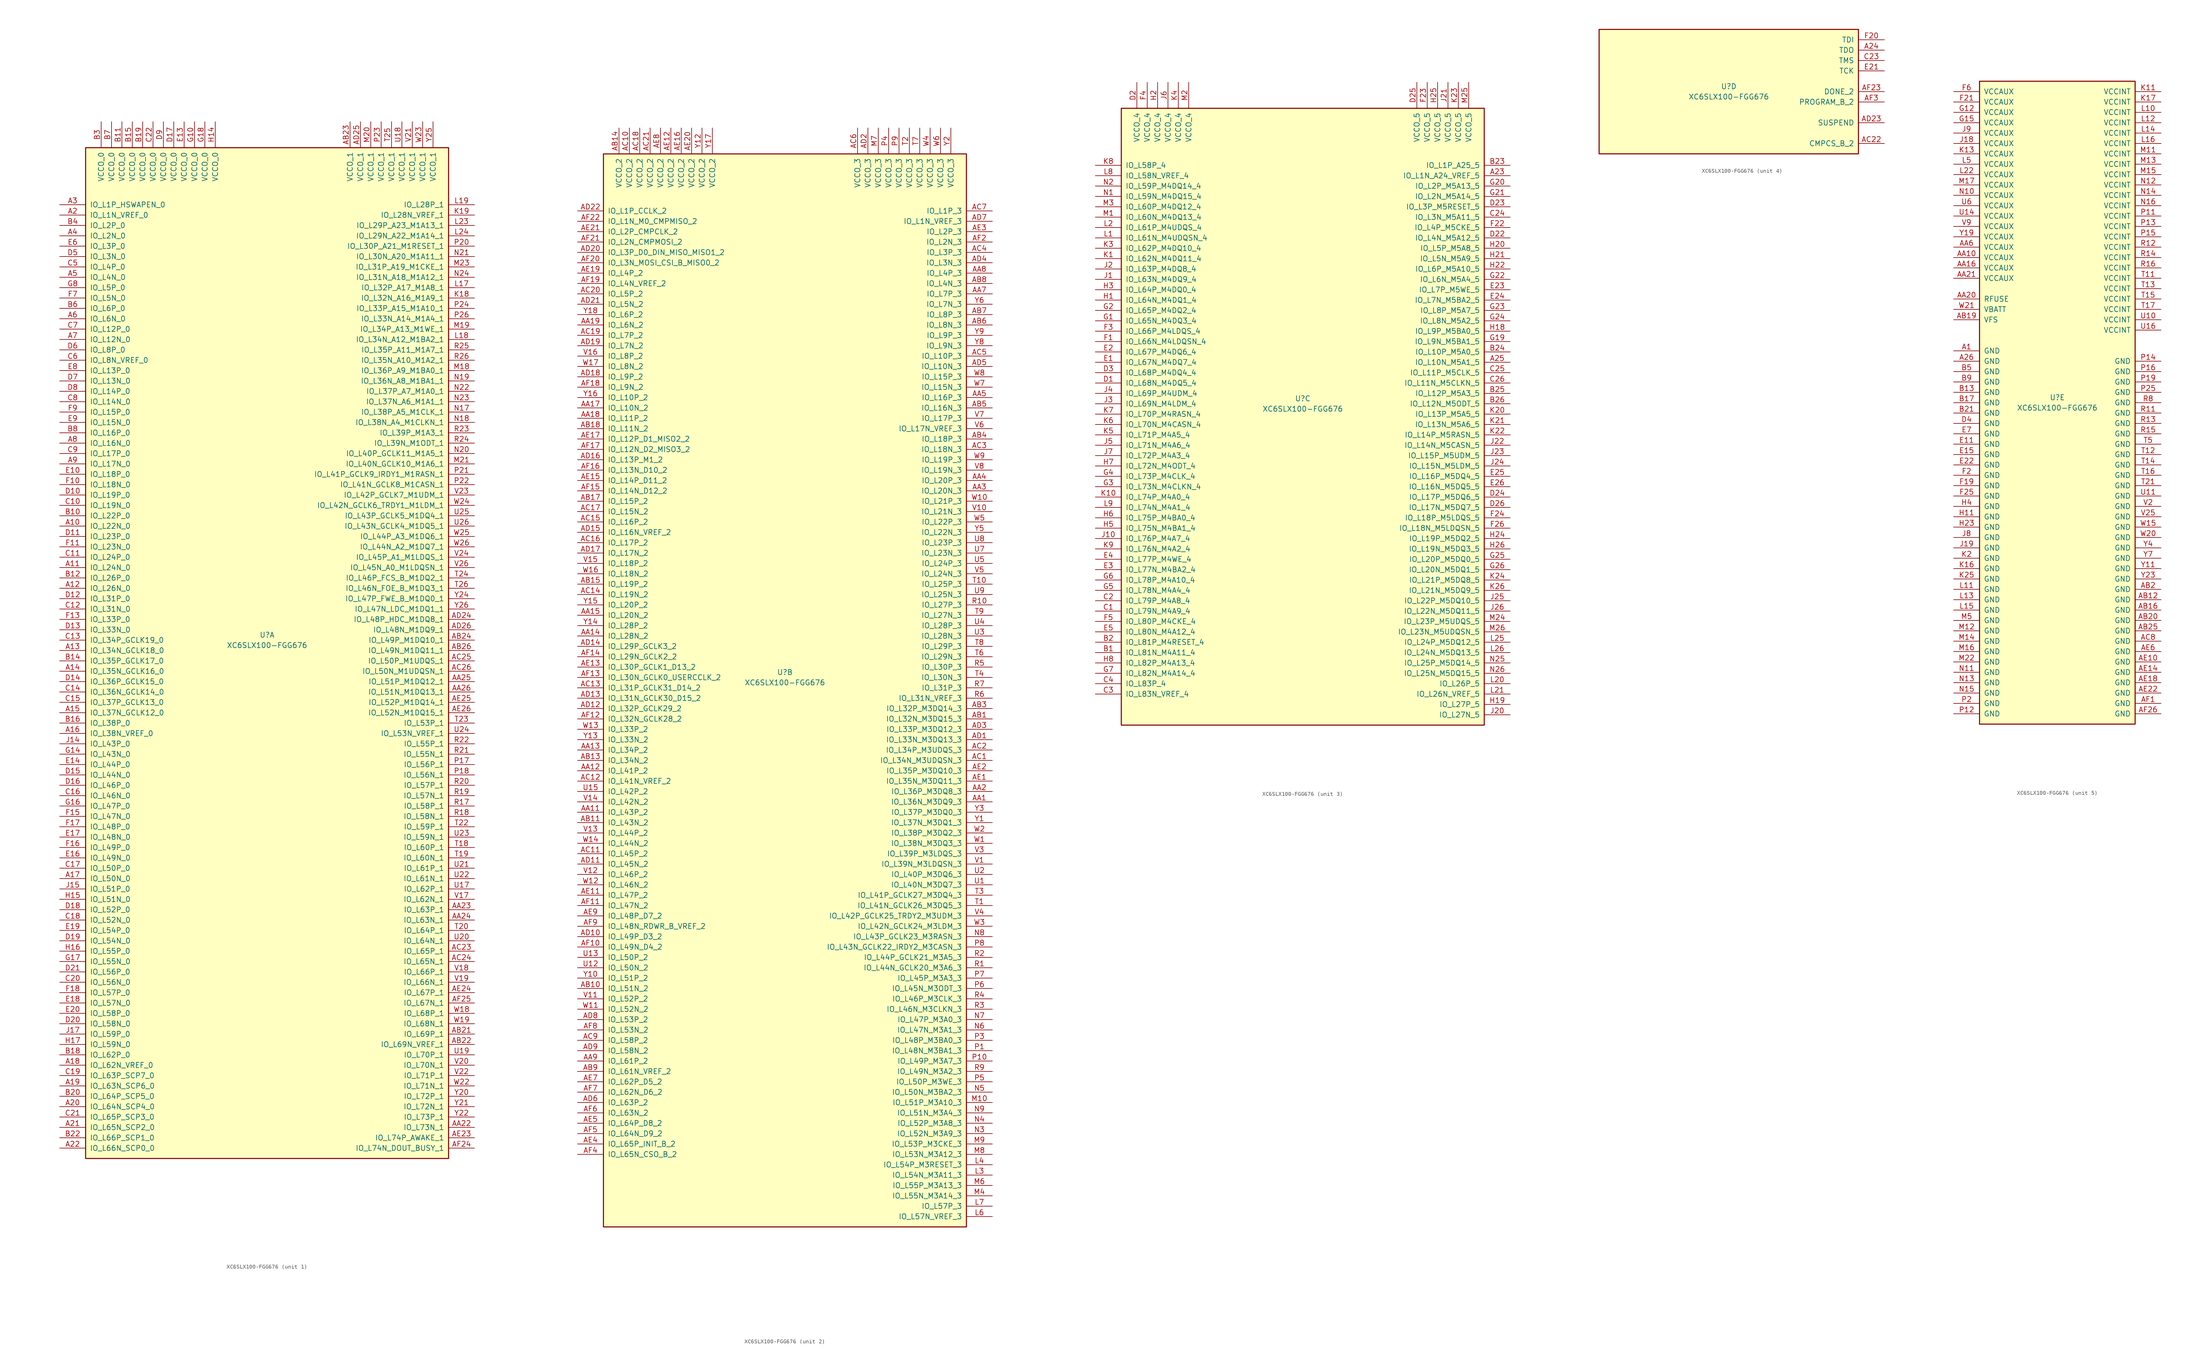
<source format=kicad_sym>
(kicad_symbol_lib
  (version 20201005)
  (generator kicad_symbol_editor)
  (symbol "XC6SLX100-FGG676"
    (pin_names
      (offset 1.016))
    (property "Reference" "U"
      (at 0 1.27 0)
      (effects (font (size 1.27 1.27))))
    (property "Value" "XC6SLX100-FGG676"
      (at 0 -1.27 0)
      (effects (font (size 1.27 1.27))))
    (property "Datasheet" ""
      (at 0 0 0)
      (effects (font (size 1.27 1.27))))
    (property "ki_locked" ""
      (at 0 0 0)
      (effects (font (size 1.27 1.27))))
    (symbol "XC6SLX100-FGG676_1_1"
      (rectangle (start -44.45 120.65) (end 44.45 -127) (stroke (width 0.254)) (fill (type background)))
      (pin bidirectional line (at -50.8 27.94 0) (length 6.35) (name "IO_L22N_0" (effects (font (size 1.27 1.27)))) (number "A10" (effects (font (size 1.27 1.27)))))
      (pin bidirectional line (at -50.8 17.78 0) (length 6.35) (name "IO_L24N_0" (effects (font (size 1.27 1.27)))) (number "A11" (effects (font (size 1.27 1.27)))))
      (pin bidirectional line (at -50.8 12.7 0) (length 6.35) (name "IO_L26N_0" (effects (font (size 1.27 1.27)))) (number "A12" (effects (font (size 1.27 1.27)))))
      (pin bidirectional line (at -50.8 -2.54 0) (length 6.35) (name "IO_L34N_GCLK18_0" (effects (font (size 1.27 1.27)))) (number "A13" (effects (font (size 1.27 1.27)))))
      (pin bidirectional line (at -50.8 -7.62 0) (length 6.35) (name "IO_L35N_GCLK16_0" (effects (font (size 1.27 1.27)))) (number "A14" (effects (font (size 1.27 1.27)))))
      (pin bidirectional line (at -50.8 -17.78 0) (length 6.35) (name "IO_L37N_GCLK12_0" (effects (font (size 1.27 1.27)))) (number "A15" (effects (font (size 1.27 1.27)))))
      (pin bidirectional line (at -50.8 -22.86 0) (length 6.35) (name "IO_L38N_VREF_0" (effects (font (size 1.27 1.27)))) (number "A16" (effects (font (size 1.27 1.27)))))
      (pin bidirectional line (at -50.8 -58.42 0) (length 6.35) (name "IO_L50N_0" (effects (font (size 1.27 1.27)))) (number "A17" (effects (font (size 1.27 1.27)))))
      (pin bidirectional line (at -50.8 -104.14 0) (length 6.35) (name "IO_L62N_VREF_0" (effects (font (size 1.27 1.27)))) (number "A18" (effects (font (size 1.27 1.27)))))
      (pin bidirectional line (at -50.8 -109.22 0) (length 6.35) (name "IO_L63N_SCP6_0" (effects (font (size 1.27 1.27)))) (number "A19" (effects (font (size 1.27 1.27)))))
      (pin bidirectional line (at -50.8 104.14 0) (length 6.35) (name "IO_L1N_VREF_0" (effects (font (size 1.27 1.27)))) (number "A2" (effects (font (size 1.27 1.27)))))
      (pin bidirectional line (at -50.8 -114.3 0) (length 6.35) (name "IO_L64N_SCP4_0" (effects (font (size 1.27 1.27)))) (number "A20" (effects (font (size 1.27 1.27)))))
      (pin bidirectional line (at -50.8 -119.38 0) (length 6.35) (name "IO_L65N_SCP2_0" (effects (font (size 1.27 1.27)))) (number "A21" (effects (font (size 1.27 1.27)))))
      (pin bidirectional line (at -50.8 -124.46 0) (length 6.35) (name "IO_L66N_SCP0_0" (effects (font (size 1.27 1.27)))) (number "A22" (effects (font (size 1.27 1.27)))))
      (pin bidirectional line (at -50.8 106.68 0) (length 6.35) (name "IO_L1P_HSWAPEN_0" (effects (font (size 1.27 1.27)))) (number "A3" (effects (font (size 1.27 1.27)))))
      (pin bidirectional line (at -50.8 99.06 0) (length 6.35) (name "IO_L2N_0" (effects (font (size 1.27 1.27)))) (number "A4" (effects (font (size 1.27 1.27)))))
      (pin bidirectional line (at -50.8 88.9 0) (length 6.35) (name "IO_L4N_0" (effects (font (size 1.27 1.27)))) (number "A5" (effects (font (size 1.27 1.27)))))
      (pin bidirectional line (at -50.8 78.74 0) (length 6.35) (name "IO_L6N_0" (effects (font (size 1.27 1.27)))) (number "A6" (effects (font (size 1.27 1.27)))))
      (pin bidirectional line (at -50.8 73.66 0) (length 6.35) (name "IO_L12N_0" (effects (font (size 1.27 1.27)))) (number "A7" (effects (font (size 1.27 1.27)))))
      (pin bidirectional line (at -50.8 48.26 0) (length 6.35) (name "IO_L16N_0" (effects (font (size 1.27 1.27)))) (number "A8" (effects (font (size 1.27 1.27)))))
      (pin bidirectional line (at -50.8 43.18 0) (length 6.35) (name "IO_L17N_0" (effects (font (size 1.27 1.27)))) (number "A9" (effects (font (size 1.27 1.27)))))
      (pin bidirectional line (at 50.8 -119.38 180) (length 6.35) (name "IO_L73N_1" (effects (font (size 1.27 1.27)))) (number "AA22" (effects (font (size 1.27 1.27)))))
      (pin bidirectional line (at 50.8 -66.04 180) (length 6.35) (name "IO_L63P_1" (effects (font (size 1.27 1.27)))) (number "AA23" (effects (font (size 1.27 1.27)))))
      (pin bidirectional line (at 50.8 -68.58 180) (length 6.35) (name "IO_L63N_1" (effects (font (size 1.27 1.27)))) (number "AA24" (effects (font (size 1.27 1.27)))))
      (pin bidirectional line (at 50.8 -10.16 180) (length 6.35) (name "IO_L51P_M1DQ12_1" (effects (font (size 1.27 1.27)))) (number "AA25" (effects (font (size 1.27 1.27)))))
      (pin bidirectional line (at 50.8 -12.7 180) (length 6.35) (name "IO_L51N_M1DQ13_1" (effects (font (size 1.27 1.27)))) (number "AA26" (effects (font (size 1.27 1.27)))))
      (pin bidirectional line (at 50.8 -96.52 180) (length 6.35) (name "IO_L69P_1" (effects (font (size 1.27 1.27)))) (number "AB21" (effects (font (size 1.27 1.27)))))
      (pin bidirectional line (at 50.8 -99.06 180) (length 6.35) (name "IO_L69N_VREF_1" (effects (font (size 1.27 1.27)))) (number "AB22" (effects (font (size 1.27 1.27)))))
      (pin power_in line (at 20.32 127 270) (length 6.35) (name "VCCO_1" (effects (font (size 1.27 1.27)))) (number "AB23" (effects (font (size 1.27 1.27)))))
      (pin bidirectional line (at 50.8 0 180) (length 6.35) (name "IO_L49P_M1DQ10_1" (effects (font (size 1.27 1.27)))) (number "AB24" (effects (font (size 1.27 1.27)))))
      (pin bidirectional line (at 50.8 -2.54 180) (length 6.35) (name "IO_L49N_M1DQ11_1" (effects (font (size 1.27 1.27)))) (number "AB26" (effects (font (size 1.27 1.27)))))
      (pin bidirectional line (at 50.8 -76.2 180) (length 6.35) (name "IO_L65P_1" (effects (font (size 1.27 1.27)))) (number "AC23" (effects (font (size 1.27 1.27)))))
      (pin bidirectional line (at 50.8 -78.74 180) (length 6.35) (name "IO_L65N_1" (effects (font (size 1.27 1.27)))) (number "AC24" (effects (font (size 1.27 1.27)))))
      (pin bidirectional line (at 50.8 -5.08 180) (length 6.35) (name "IO_L50P_M1UDQS_1" (effects (font (size 1.27 1.27)))) (number "AC25" (effects (font (size 1.27 1.27)))))
      (pin bidirectional line (at 50.8 -7.62 180) (length 6.35) (name "IO_L50N_M1UDQSN_1" (effects (font (size 1.27 1.27)))) (number "AC26" (effects (font (size 1.27 1.27)))))
      (pin bidirectional line (at 50.8 5.08 180) (length 6.35) (name "IO_L48P_HDC_M1DQ8_1" (effects (font (size 1.27 1.27)))) (number "AD24" (effects (font (size 1.27 1.27)))))
      (pin power_in line (at 22.86 127 270) (length 6.35) (name "VCCO_1" (effects (font (size 1.27 1.27)))) (number "AD25" (effects (font (size 1.27 1.27)))))
      (pin bidirectional line (at 50.8 2.54 180) (length 6.35) (name "IO_L48N_M1DQ9_1" (effects (font (size 1.27 1.27)))) (number "AD26" (effects (font (size 1.27 1.27)))))
      (pin bidirectional line (at 50.8 -121.92 180) (length 6.35) (name "IO_L74P_AWAKE_1" (effects (font (size 1.27 1.27)))) (number "AE23" (effects (font (size 1.27 1.27)))))
      (pin bidirectional line (at 50.8 -86.36 180) (length 6.35) (name "IO_L67P_1" (effects (font (size 1.27 1.27)))) (number "AE24" (effects (font (size 1.27 1.27)))))
      (pin bidirectional line (at 50.8 -15.24 180) (length 6.35) (name "IO_L52P_M1DQ14_1" (effects (font (size 1.27 1.27)))) (number "AE25" (effects (font (size 1.27 1.27)))))
      (pin bidirectional line (at 50.8 -17.78 180) (length 6.35) (name "IO_L52N_M1DQ15_1" (effects (font (size 1.27 1.27)))) (number "AE26" (effects (font (size 1.27 1.27)))))
      (pin bidirectional line (at 50.8 -124.46 180) (length 6.35) (name "IO_L74N_DOUT_BUSY_1" (effects (font (size 1.27 1.27)))) (number "AF24" (effects (font (size 1.27 1.27)))))
      (pin bidirectional line (at 50.8 -88.9 180) (length 6.35) (name "IO_L67N_1" (effects (font (size 1.27 1.27)))) (number "AF25" (effects (font (size 1.27 1.27)))))
      (pin bidirectional line (at -50.8 30.48 0) (length 6.35) (name "IO_L22P_0" (effects (font (size 1.27 1.27)))) (number "B10" (effects (font (size 1.27 1.27)))))
      (pin power_in line (at -35.56 127 270) (length 6.35) (name "VCCO_0" (effects (font (size 1.27 1.27)))) (number "B11" (effects (font (size 1.27 1.27)))))
      (pin bidirectional line (at -50.8 15.24 0) (length 6.35) (name "IO_L26P_0" (effects (font (size 1.27 1.27)))) (number "B12" (effects (font (size 1.27 1.27)))))
      (pin bidirectional line (at -50.8 -5.08 0) (length 6.35) (name "IO_L35P_GCLK17_0" (effects (font (size 1.27 1.27)))) (number "B14" (effects (font (size 1.27 1.27)))))
      (pin power_in line (at -33.02 127 270) (length 6.35) (name "VCCO_0" (effects (font (size 1.27 1.27)))) (number "B15" (effects (font (size 1.27 1.27)))))
      (pin bidirectional line (at -50.8 -20.32 0) (length 6.35) (name "IO_L38P_0" (effects (font (size 1.27 1.27)))) (number "B16" (effects (font (size 1.27 1.27)))))
      (pin bidirectional line (at -50.8 -101.6 0) (length 6.35) (name "IO_L62P_0" (effects (font (size 1.27 1.27)))) (number "B18" (effects (font (size 1.27 1.27)))))
      (pin power_in line (at -30.48 127 270) (length 6.35) (name "VCCO_0" (effects (font (size 1.27 1.27)))) (number "B19" (effects (font (size 1.27 1.27)))))
      (pin bidirectional line (at -50.8 -111.76 0) (length 6.35) (name "IO_L64P_SCP5_0" (effects (font (size 1.27 1.27)))) (number "B20" (effects (font (size 1.27 1.27)))))
      (pin bidirectional line (at -50.8 -121.92 0) (length 6.35) (name "IO_L66P_SCP1_0" (effects (font (size 1.27 1.27)))) (number "B22" (effects (font (size 1.27 1.27)))))
      (pin power_in line (at -40.64 127 270) (length 6.35) (name "VCCO_0" (effects (font (size 1.27 1.27)))) (number "B3" (effects (font (size 1.27 1.27)))))
      (pin bidirectional line (at -50.8 101.6 0) (length 6.35) (name "IO_L2P_0" (effects (font (size 1.27 1.27)))) (number "B4" (effects (font (size 1.27 1.27)))))
      (pin bidirectional line (at -50.8 81.28 0) (length 6.35) (name "IO_L6P_0" (effects (font (size 1.27 1.27)))) (number "B6" (effects (font (size 1.27 1.27)))))
      (pin power_in line (at -38.1 127 270) (length 6.35) (name "VCCO_0" (effects (font (size 1.27 1.27)))) (number "B7" (effects (font (size 1.27 1.27)))))
      (pin bidirectional line (at -50.8 50.8 0) (length 6.35) (name "IO_L16P_0" (effects (font (size 1.27 1.27)))) (number "B8" (effects (font (size 1.27 1.27)))))
      (pin bidirectional line (at -50.8 33.02 0) (length 6.35) (name "IO_L19N_0" (effects (font (size 1.27 1.27)))) (number "C10" (effects (font (size 1.27 1.27)))))
      (pin bidirectional line (at -50.8 20.32 0) (length 6.35) (name "IO_L24P_0" (effects (font (size 1.27 1.27)))) (number "C11" (effects (font (size 1.27 1.27)))))
      (pin bidirectional line (at -50.8 7.62 0) (length 6.35) (name "IO_L31N_0" (effects (font (size 1.27 1.27)))) (number "C12" (effects (font (size 1.27 1.27)))))
      (pin bidirectional line (at -50.8 0 0) (length 6.35) (name "IO_L34P_GCLK19_0" (effects (font (size 1.27 1.27)))) (number "C13" (effects (font (size 1.27 1.27)))))
      (pin bidirectional line (at -50.8 -12.7 0) (length 6.35) (name "IO_L36N_GCLK14_0" (effects (font (size 1.27 1.27)))) (number "C14" (effects (font (size 1.27 1.27)))))
      (pin bidirectional line (at -50.8 -15.24 0) (length 6.35) (name "IO_L37P_GCLK13_0" (effects (font (size 1.27 1.27)))) (number "C15" (effects (font (size 1.27 1.27)))))
      (pin bidirectional line (at -50.8 -38.1 0) (length 6.35) (name "IO_L46N_0" (effects (font (size 1.27 1.27)))) (number "C16" (effects (font (size 1.27 1.27)))))
      (pin bidirectional line (at -50.8 -55.88 0) (length 6.35) (name "IO_L50P_0" (effects (font (size 1.27 1.27)))) (number "C17" (effects (font (size 1.27 1.27)))))
      (pin bidirectional line (at -50.8 -68.58 0) (length 6.35) (name "IO_L52N_0" (effects (font (size 1.27 1.27)))) (number "C18" (effects (font (size 1.27 1.27)))))
      (pin bidirectional line (at -50.8 -106.68 0) (length 6.35) (name "IO_L63P_SCP7_0" (effects (font (size 1.27 1.27)))) (number "C19" (effects (font (size 1.27 1.27)))))
      (pin bidirectional line (at -50.8 -83.82 0) (length 6.35) (name "IO_L56N_0" (effects (font (size 1.27 1.27)))) (number "C20" (effects (font (size 1.27 1.27)))))
      (pin bidirectional line (at -50.8 -116.84 0) (length 6.35) (name "IO_L65P_SCP3_0" (effects (font (size 1.27 1.27)))) (number "C21" (effects (font (size 1.27 1.27)))))
      (pin power_in line (at -27.94 127 270) (length 6.35) (name "VCCO_0" (effects (font (size 1.27 1.27)))) (number "C22" (effects (font (size 1.27 1.27)))))
      (pin bidirectional line (at -50.8 91.44 0) (length 6.35) (name "IO_L4P_0" (effects (font (size 1.27 1.27)))) (number "C5" (effects (font (size 1.27 1.27)))))
      (pin bidirectional line (at -50.8 68.58 0) (length 6.35) (name "IO_L8N_VREF_0" (effects (font (size 1.27 1.27)))) (number "C6" (effects (font (size 1.27 1.27)))))
      (pin bidirectional line (at -50.8 76.2 0) (length 6.35) (name "IO_L12P_0" (effects (font (size 1.27 1.27)))) (number "C7" (effects (font (size 1.27 1.27)))))
      (pin bidirectional line (at -50.8 58.42 0) (length 6.35) (name "IO_L14N_0" (effects (font (size 1.27 1.27)))) (number "C8" (effects (font (size 1.27 1.27)))))
      (pin bidirectional line (at -50.8 45.72 0) (length 6.35) (name "IO_L17P_0" (effects (font (size 1.27 1.27)))) (number "C9" (effects (font (size 1.27 1.27)))))
      (pin bidirectional line (at -50.8 35.56 0) (length 6.35) (name "IO_L19P_0" (effects (font (size 1.27 1.27)))) (number "D10" (effects (font (size 1.27 1.27)))))
      (pin bidirectional line (at -50.8 25.4 0) (length 6.35) (name "IO_L23P_0" (effects (font (size 1.27 1.27)))) (number "D11" (effects (font (size 1.27 1.27)))))
      (pin bidirectional line (at -50.8 10.16 0) (length 6.35) (name "IO_L31P_0" (effects (font (size 1.27 1.27)))) (number "D12" (effects (font (size 1.27 1.27)))))
      (pin bidirectional line (at -50.8 2.54 0) (length 6.35) (name "IO_L33N_0" (effects (font (size 1.27 1.27)))) (number "D13" (effects (font (size 1.27 1.27)))))
      (pin bidirectional line (at -50.8 -10.16 0) (length 6.35) (name "IO_L36P_GCLK15_0" (effects (font (size 1.27 1.27)))) (number "D14" (effects (font (size 1.27 1.27)))))
      (pin bidirectional line (at -50.8 -33.02 0) (length 6.35) (name "IO_L44N_0" (effects (font (size 1.27 1.27)))) (number "D15" (effects (font (size 1.27 1.27)))))
      (pin bidirectional line (at -50.8 -35.56 0) (length 6.35) (name "IO_L46P_0" (effects (font (size 1.27 1.27)))) (number "D16" (effects (font (size 1.27 1.27)))))
      (pin power_in line (at -22.86 127 270) (length 6.35) (name "VCCO_0" (effects (font (size 1.27 1.27)))) (number "D17" (effects (font (size 1.27 1.27)))))
      (pin bidirectional line (at -50.8 -66.04 0) (length 6.35) (name "IO_L52P_0" (effects (font (size 1.27 1.27)))) (number "D18" (effects (font (size 1.27 1.27)))))
      (pin bidirectional line (at -50.8 -73.66 0) (length 6.35) (name "IO_L54N_0" (effects (font (size 1.27 1.27)))) (number "D19" (effects (font (size 1.27 1.27)))))
      (pin bidirectional line (at -50.8 -93.98 0) (length 6.35) (name "IO_L58N_0" (effects (font (size 1.27 1.27)))) (number "D20" (effects (font (size 1.27 1.27)))))
      (pin bidirectional line (at -50.8 -81.28 0) (length 6.35) (name "IO_L56P_0" (effects (font (size 1.27 1.27)))) (number "D21" (effects (font (size 1.27 1.27)))))
      (pin bidirectional line (at -50.8 93.98 0) (length 6.35) (name "IO_L3N_0" (effects (font (size 1.27 1.27)))) (number "D5" (effects (font (size 1.27 1.27)))))
      (pin bidirectional line (at -50.8 71.12 0) (length 6.35) (name "IO_L8P_0" (effects (font (size 1.27 1.27)))) (number "D6" (effects (font (size 1.27 1.27)))))
      (pin bidirectional line (at -50.8 63.5 0) (length 6.35) (name "IO_L13N_0" (effects (font (size 1.27 1.27)))) (number "D7" (effects (font (size 1.27 1.27)))))
      (pin bidirectional line (at -50.8 60.96 0) (length 6.35) (name "IO_L14P_0" (effects (font (size 1.27 1.27)))) (number "D8" (effects (font (size 1.27 1.27)))))
      (pin power_in line (at -25.4 127 270) (length 6.35) (name "VCCO_0" (effects (font (size 1.27 1.27)))) (number "D9" (effects (font (size 1.27 1.27)))))
      (pin bidirectional line (at -50.8 40.64 0) (length 6.35) (name "IO_L18P_0" (effects (font (size 1.27 1.27)))) (number "E10" (effects (font (size 1.27 1.27)))))
      (pin power_in line (at -20.32 127 270) (length 6.35) (name "VCCO_0" (effects (font (size 1.27 1.27)))) (number "E13" (effects (font (size 1.27 1.27)))))
      (pin bidirectional line (at -50.8 -30.48 0) (length 6.35) (name "IO_L44P_0" (effects (font (size 1.27 1.27)))) (number "E14" (effects (font (size 1.27 1.27)))))
      (pin bidirectional line (at -50.8 -53.34 0) (length 6.35) (name "IO_L49N_0" (effects (font (size 1.27 1.27)))) (number "E16" (effects (font (size 1.27 1.27)))))
      (pin bidirectional line (at -50.8 -48.26 0) (length 6.35) (name "IO_L48N_0" (effects (font (size 1.27 1.27)))) (number "E17" (effects (font (size 1.27 1.27)))))
      (pin bidirectional line (at -50.8 -88.9 0) (length 6.35) (name "IO_L57N_0" (effects (font (size 1.27 1.27)))) (number "E18" (effects (font (size 1.27 1.27)))))
      (pin bidirectional line (at -50.8 -71.12 0) (length 6.35) (name "IO_L54P_0" (effects (font (size 1.27 1.27)))) (number "E19" (effects (font (size 1.27 1.27)))))
      (pin bidirectional line (at -50.8 -91.44 0) (length 6.35) (name "IO_L58P_0" (effects (font (size 1.27 1.27)))) (number "E20" (effects (font (size 1.27 1.27)))))
      (pin bidirectional line (at -50.8 96.52 0) (length 6.35) (name "IO_L3P_0" (effects (font (size 1.27 1.27)))) (number "E6" (effects (font (size 1.27 1.27)))))
      (pin bidirectional line (at -50.8 66.04 0) (length 6.35) (name "IO_L13P_0" (effects (font (size 1.27 1.27)))) (number "E8" (effects (font (size 1.27 1.27)))))
      (pin bidirectional line (at -50.8 53.34 0) (length 6.35) (name "IO_L15N_0" (effects (font (size 1.27 1.27)))) (number "E9" (effects (font (size 1.27 1.27)))))
      (pin bidirectional line (at -50.8 38.1 0) (length 6.35) (name "IO_L18N_0" (effects (font (size 1.27 1.27)))) (number "F10" (effects (font (size 1.27 1.27)))))
      (pin bidirectional line (at -50.8 22.86 0) (length 6.35) (name "IO_L23N_0" (effects (font (size 1.27 1.27)))) (number "F11" (effects (font (size 1.27 1.27)))))
      (pin bidirectional line (at -50.8 5.08 0) (length 6.35) (name "IO_L33P_0" (effects (font (size 1.27 1.27)))) (number "F13" (effects (font (size 1.27 1.27)))))
      (pin bidirectional line (at -50.8 -43.18 0) (length 6.35) (name "IO_L47N_0" (effects (font (size 1.27 1.27)))) (number "F15" (effects (font (size 1.27 1.27)))))
      (pin bidirectional line (at -50.8 -50.8 0) (length 6.35) (name "IO_L49P_0" (effects (font (size 1.27 1.27)))) (number "F16" (effects (font (size 1.27 1.27)))))
      (pin bidirectional line (at -50.8 -45.72 0) (length 6.35) (name "IO_L48P_0" (effects (font (size 1.27 1.27)))) (number "F17" (effects (font (size 1.27 1.27)))))
      (pin bidirectional line (at -50.8 -86.36 0) (length 6.35) (name "IO_L57P_0" (effects (font (size 1.27 1.27)))) (number "F18" (effects (font (size 1.27 1.27)))))
      (pin bidirectional line (at -50.8 83.82 0) (length 6.35) (name "IO_L5N_0" (effects (font (size 1.27 1.27)))) (number "F7" (effects (font (size 1.27 1.27)))))
      (pin bidirectional line (at -50.8 55.88 0) (length 6.35) (name "IO_L15P_0" (effects (font (size 1.27 1.27)))) (number "F9" (effects (font (size 1.27 1.27)))))
      (pin power_in line (at -17.78 127 270) (length 6.35) (name "VCCO_0" (effects (font (size 1.27 1.27)))) (number "G10" (effects (font (size 1.27 1.27)))))
      (pin bidirectional line (at -50.8 -27.94 0) (length 6.35) (name "IO_L43N_0" (effects (font (size 1.27 1.27)))) (number "G14" (effects (font (size 1.27 1.27)))))
      (pin bidirectional line (at -50.8 -40.64 0) (length 6.35) (name "IO_L47P_0" (effects (font (size 1.27 1.27)))) (number "G16" (effects (font (size 1.27 1.27)))))
      (pin bidirectional line (at -50.8 -78.74 0) (length 6.35) (name "IO_L55N_0" (effects (font (size 1.27 1.27)))) (number "G17" (effects (font (size 1.27 1.27)))))
      (pin power_in line (at -15.24 127 270) (length 6.35) (name "VCCO_0" (effects (font (size 1.27 1.27)))) (number "G18" (effects (font (size 1.27 1.27)))))
      (pin bidirectional line (at -50.8 86.36 0) (length 6.35) (name "IO_L5P_0" (effects (font (size 1.27 1.27)))) (number "G8" (effects (font (size 1.27 1.27)))))
      (pin power_in line (at -12.7 127 270) (length 6.35) (name "VCCO_0" (effects (font (size 1.27 1.27)))) (number "H14" (effects (font (size 1.27 1.27)))))
      (pin bidirectional line (at -50.8 -63.5 0) (length 6.35) (name "IO_L51N_0" (effects (font (size 1.27 1.27)))) (number "H15" (effects (font (size 1.27 1.27)))))
      (pin bidirectional line (at -50.8 -76.2 0) (length 6.35) (name "IO_L55P_0" (effects (font (size 1.27 1.27)))) (number "H16" (effects (font (size 1.27 1.27)))))
      (pin bidirectional line (at -50.8 -99.06 0) (length 6.35) (name "IO_L59N_0" (effects (font (size 1.27 1.27)))) (number "H17" (effects (font (size 1.27 1.27)))))
      (pin bidirectional line (at -50.8 -25.4 0) (length 6.35) (name "IO_L43P_0" (effects (font (size 1.27 1.27)))) (number "J14" (effects (font (size 1.27 1.27)))))
      (pin bidirectional line (at -50.8 -60.96 0) (length 6.35) (name "IO_L51P_0" (effects (font (size 1.27 1.27)))) (number "J15" (effects (font (size 1.27 1.27)))))
      (pin bidirectional line (at -50.8 -96.52 0) (length 6.35) (name "IO_L59P_0" (effects (font (size 1.27 1.27)))) (number "J17" (effects (font (size 1.27 1.27)))))
      (pin bidirectional line (at 50.8 83.82 180) (length 6.35) (name "IO_L32N_A16_M1A9_1" (effects (font (size 1.27 1.27)))) (number "K18" (effects (font (size 1.27 1.27)))))
      (pin bidirectional line (at 50.8 104.14 180) (length 6.35) (name "IO_L28N_VREF_1" (effects (font (size 1.27 1.27)))) (number "K19" (effects (font (size 1.27 1.27)))))
      (pin bidirectional line (at 50.8 86.36 180) (length 6.35) (name "IO_L32P_A17_M1A8_1" (effects (font (size 1.27 1.27)))) (number "L17" (effects (font (size 1.27 1.27)))))
      (pin bidirectional line (at 50.8 73.66 180) (length 6.35) (name "IO_L34N_A12_M1BA2_1" (effects (font (size 1.27 1.27)))) (number "L18" (effects (font (size 1.27 1.27)))))
      (pin bidirectional line (at 50.8 106.68 180) (length 6.35) (name "IO_L28P_1" (effects (font (size 1.27 1.27)))) (number "L19" (effects (font (size 1.27 1.27)))))
      (pin bidirectional line (at 50.8 101.6 180) (length 6.35) (name "IO_L29P_A23_M1A13_1" (effects (font (size 1.27 1.27)))) (number "L23" (effects (font (size 1.27 1.27)))))
      (pin bidirectional line (at 50.8 99.06 180) (length 6.35) (name "IO_L29N_A22_M1A14_1" (effects (font (size 1.27 1.27)))) (number "L24" (effects (font (size 1.27 1.27)))))
      (pin bidirectional line (at 50.8 66.04 180) (length 6.35) (name "IO_L36P_A9_M1BA0_1" (effects (font (size 1.27 1.27)))) (number "M18" (effects (font (size 1.27 1.27)))))
      (pin bidirectional line (at 50.8 76.2 180) (length 6.35) (name "IO_L34P_A13_M1WE_1" (effects (font (size 1.27 1.27)))) (number "M19" (effects (font (size 1.27 1.27)))))
      (pin power_in line (at 25.4 127 270) (length 6.35) (name "VCCO_1" (effects (font (size 1.27 1.27)))) (number "M20" (effects (font (size 1.27 1.27)))))
      (pin bidirectional line (at 50.8 43.18 180) (length 6.35) (name "IO_L40N_GCLK10_M1A6_1" (effects (font (size 1.27 1.27)))) (number "M21" (effects (font (size 1.27 1.27)))))
      (pin bidirectional line (at 50.8 91.44 180) (length 6.35) (name "IO_L31P_A19_M1CKE_1" (effects (font (size 1.27 1.27)))) (number "M23" (effects (font (size 1.27 1.27)))))
      (pin bidirectional line (at 50.8 55.88 180) (length 6.35) (name "IO_L38P_A5_M1CLK_1" (effects (font (size 1.27 1.27)))) (number "N17" (effects (font (size 1.27 1.27)))))
      (pin bidirectional line (at 50.8 53.34 180) (length 6.35) (name "IO_L38N_A4_M1CLKN_1" (effects (font (size 1.27 1.27)))) (number "N18" (effects (font (size 1.27 1.27)))))
      (pin bidirectional line (at 50.8 63.5 180) (length 6.35) (name "IO_L36N_A8_M1BA1_1" (effects (font (size 1.27 1.27)))) (number "N19" (effects (font (size 1.27 1.27)))))
      (pin bidirectional line (at 50.8 45.72 180) (length 6.35) (name "IO_L40P_GCLK11_M1A5_1" (effects (font (size 1.27 1.27)))) (number "N20" (effects (font (size 1.27 1.27)))))
      (pin bidirectional line (at 50.8 93.98 180) (length 6.35) (name "IO_L30N_A20_M1A11_1" (effects (font (size 1.27 1.27)))) (number "N21" (effects (font (size 1.27 1.27)))))
      (pin bidirectional line (at 50.8 60.96 180) (length 6.35) (name "IO_L37P_A7_M1A0_1" (effects (font (size 1.27 1.27)))) (number "N22" (effects (font (size 1.27 1.27)))))
      (pin bidirectional line (at 50.8 58.42 180) (length 6.35) (name "IO_L37N_A6_M1A1_1" (effects (font (size 1.27 1.27)))) (number "N23" (effects (font (size 1.27 1.27)))))
      (pin bidirectional line (at 50.8 88.9 180) (length 6.35) (name "IO_L31N_A18_M1A12_1" (effects (font (size 1.27 1.27)))) (number "N24" (effects (font (size 1.27 1.27)))))
      (pin bidirectional line (at 50.8 -30.48 180) (length 6.35) (name "IO_L56P_1" (effects (font (size 1.27 1.27)))) (number "P17" (effects (font (size 1.27 1.27)))))
      (pin bidirectional line (at 50.8 -33.02 180) (length 6.35) (name "IO_L56N_1" (effects (font (size 1.27 1.27)))) (number "P18" (effects (font (size 1.27 1.27)))))
      (pin bidirectional line (at 50.8 96.52 180) (length 6.35) (name "IO_L30P_A21_M1RESET_1" (effects (font (size 1.27 1.27)))) (number "P20" (effects (font (size 1.27 1.27)))))
      (pin bidirectional line (at 50.8 40.64 180) (length 6.35) (name "IO_L41P_GCLK9_IRDY1_M1RASN_1" (effects (font (size 1.27 1.27)))) (number "P21" (effects (font (size 1.27 1.27)))))
      (pin bidirectional line (at 50.8 38.1 180) (length 6.35) (name "IO_L41N_GCLK8_M1CASN_1" (effects (font (size 1.27 1.27)))) (number "P22" (effects (font (size 1.27 1.27)))))
      (pin power_in line (at 27.94 127 270) (length 6.35) (name "VCCO_1" (effects (font (size 1.27 1.27)))) (number "P23" (effects (font (size 1.27 1.27)))))
      (pin bidirectional line (at 50.8 81.28 180) (length 6.35) (name "IO_L33P_A15_M1A10_1" (effects (font (size 1.27 1.27)))) (number "P24" (effects (font (size 1.27 1.27)))))
      (pin bidirectional line (at 50.8 78.74 180) (length 6.35) (name "IO_L33N_A14_M1A4_1" (effects (font (size 1.27 1.27)))) (number "P26" (effects (font (size 1.27 1.27)))))
      (pin bidirectional line (at 50.8 -40.64 180) (length 6.35) (name "IO_L58P_1" (effects (font (size 1.27 1.27)))) (number "R17" (effects (font (size 1.27 1.27)))))
      (pin bidirectional line (at 50.8 -43.18 180) (length 6.35) (name "IO_L58N_1" (effects (font (size 1.27 1.27)))) (number "R18" (effects (font (size 1.27 1.27)))))
      (pin bidirectional line (at 50.8 -38.1 180) (length 6.35) (name "IO_L57N_1" (effects (font (size 1.27 1.27)))) (number "R19" (effects (font (size 1.27 1.27)))))
      (pin bidirectional line (at 50.8 -35.56 180) (length 6.35) (name "IO_L57P_1" (effects (font (size 1.27 1.27)))) (number "R20" (effects (font (size 1.27 1.27)))))
      (pin bidirectional line (at 50.8 -27.94 180) (length 6.35) (name "IO_L55N_1" (effects (font (size 1.27 1.27)))) (number "R21" (effects (font (size 1.27 1.27)))))
      (pin bidirectional line (at 50.8 -25.4 180) (length 6.35) (name "IO_L55P_1" (effects (font (size 1.27 1.27)))) (number "R22" (effects (font (size 1.27 1.27)))))
      (pin bidirectional line (at 50.8 50.8 180) (length 6.35) (name "IO_L39P_M1A3_1" (effects (font (size 1.27 1.27)))) (number "R23" (effects (font (size 1.27 1.27)))))
      (pin bidirectional line (at 50.8 48.26 180) (length 6.35) (name "IO_L39N_M1ODT_1" (effects (font (size 1.27 1.27)))) (number "R24" (effects (font (size 1.27 1.27)))))
      (pin bidirectional line (at 50.8 71.12 180) (length 6.35) (name "IO_L35P_A11_M1A7_1" (effects (font (size 1.27 1.27)))) (number "R25" (effects (font (size 1.27 1.27)))))
      (pin bidirectional line (at 50.8 68.58 180) (length 6.35) (name "IO_L35N_A10_M1A2_1" (effects (font (size 1.27 1.27)))) (number "R26" (effects (font (size 1.27 1.27)))))
      (pin bidirectional line (at 50.8 -50.8 180) (length 6.35) (name "IO_L60P_1" (effects (font (size 1.27 1.27)))) (number "T18" (effects (font (size 1.27 1.27)))))
      (pin bidirectional line (at 50.8 -53.34 180) (length 6.35) (name "IO_L60N_1" (effects (font (size 1.27 1.27)))) (number "T19" (effects (font (size 1.27 1.27)))))
      (pin bidirectional line (at 50.8 -71.12 180) (length 6.35) (name "IO_L64P_1" (effects (font (size 1.27 1.27)))) (number "T20" (effects (font (size 1.27 1.27)))))
      (pin bidirectional line (at 50.8 -45.72 180) (length 6.35) (name "IO_L59P_1" (effects (font (size 1.27 1.27)))) (number "T22" (effects (font (size 1.27 1.27)))))
      (pin bidirectional line (at 50.8 -20.32 180) (length 6.35) (name "IO_L53P_1" (effects (font (size 1.27 1.27)))) (number "T23" (effects (font (size 1.27 1.27)))))
      (pin bidirectional line (at 50.8 15.24 180) (length 6.35) (name "IO_L46P_FCS_B_M1DQ2_1" (effects (font (size 1.27 1.27)))) (number "T24" (effects (font (size 1.27 1.27)))))
      (pin power_in line (at 30.48 127 270) (length 6.35) (name "VCCO_1" (effects (font (size 1.27 1.27)))) (number "T25" (effects (font (size 1.27 1.27)))))
      (pin bidirectional line (at 50.8 12.7 180) (length 6.35) (name "IO_L46N_FOE_B_M1DQ3_1" (effects (font (size 1.27 1.27)))) (number "T26" (effects (font (size 1.27 1.27)))))
      (pin bidirectional line (at 50.8 -60.96 180) (length 6.35) (name "IO_L62P_1" (effects (font (size 1.27 1.27)))) (number "U17" (effects (font (size 1.27 1.27)))))
      (pin power_in line (at 33.02 127 270) (length 6.35) (name "VCCO_1" (effects (font (size 1.27 1.27)))) (number "U18" (effects (font (size 1.27 1.27)))))
      (pin bidirectional line (at 50.8 -101.6 180) (length 6.35) (name "IO_L70P_1" (effects (font (size 1.27 1.27)))) (number "U19" (effects (font (size 1.27 1.27)))))
      (pin bidirectional line (at 50.8 -73.66 180) (length 6.35) (name "IO_L64N_1" (effects (font (size 1.27 1.27)))) (number "U20" (effects (font (size 1.27 1.27)))))
      (pin bidirectional line (at 50.8 -55.88 180) (length 6.35) (name "IO_L61P_1" (effects (font (size 1.27 1.27)))) (number "U21" (effects (font (size 1.27 1.27)))))
      (pin bidirectional line (at 50.8 -58.42 180) (length 6.35) (name "IO_L61N_1" (effects (font (size 1.27 1.27)))) (number "U22" (effects (font (size 1.27 1.27)))))
      (pin bidirectional line (at 50.8 -48.26 180) (length 6.35) (name "IO_L59N_1" (effects (font (size 1.27 1.27)))) (number "U23" (effects (font (size 1.27 1.27)))))
      (pin bidirectional line (at 50.8 -22.86 180) (length 6.35) (name "IO_L53N_VREF_1" (effects (font (size 1.27 1.27)))) (number "U24" (effects (font (size 1.27 1.27)))))
      (pin bidirectional line (at 50.8 30.48 180) (length 6.35) (name "IO_L43P_GCLK5_M1DQ4_1" (effects (font (size 1.27 1.27)))) (number "U25" (effects (font (size 1.27 1.27)))))
      (pin bidirectional line (at 50.8 27.94 180) (length 6.35) (name "IO_L43N_GCLK4_M1DQ5_1" (effects (font (size 1.27 1.27)))) (number "U26" (effects (font (size 1.27 1.27)))))
      (pin bidirectional line (at 50.8 -63.5 180) (length 6.35) (name "IO_L62N_1" (effects (font (size 1.27 1.27)))) (number "V17" (effects (font (size 1.27 1.27)))))
      (pin bidirectional line (at 50.8 -81.28 180) (length 6.35) (name "IO_L66P_1" (effects (font (size 1.27 1.27)))) (number "V18" (effects (font (size 1.27 1.27)))))
      (pin bidirectional line (at 50.8 -83.82 180) (length 6.35) (name "IO_L66N_1" (effects (font (size 1.27 1.27)))) (number "V19" (effects (font (size 1.27 1.27)))))
      (pin bidirectional line (at 50.8 -104.14 180) (length 6.35) (name "IO_L70N_1" (effects (font (size 1.27 1.27)))) (number "V20" (effects (font (size 1.27 1.27)))))
      (pin power_in line (at 35.56 127 270) (length 6.35) (name "VCCO_1" (effects (font (size 1.27 1.27)))) (number "V21" (effects (font (size 1.27 1.27)))))
      (pin bidirectional line (at 50.8 -106.68 180) (length 6.35) (name "IO_L71P_1" (effects (font (size 1.27 1.27)))) (number "V22" (effects (font (size 1.27 1.27)))))
      (pin bidirectional line (at 50.8 35.56 180) (length 6.35) (name "IO_L42P_GCLK7_M1UDM_1" (effects (font (size 1.27 1.27)))) (number "V23" (effects (font (size 1.27 1.27)))))
      (pin bidirectional line (at 50.8 20.32 180) (length 6.35) (name "IO_L45P_A1_M1LDQS_1" (effects (font (size 1.27 1.27)))) (number "V24" (effects (font (size 1.27 1.27)))))
      (pin bidirectional line (at 50.8 17.78 180) (length 6.35) (name "IO_L45N_A0_M1LDQSN_1" (effects (font (size 1.27 1.27)))) (number "V26" (effects (font (size 1.27 1.27)))))
      (pin bidirectional line (at 50.8 -91.44 180) (length 6.35) (name "IO_L68P_1" (effects (font (size 1.27 1.27)))) (number "W18" (effects (font (size 1.27 1.27)))))
      (pin bidirectional line (at 50.8 -93.98 180) (length 6.35) (name "IO_L68N_1" (effects (font (size 1.27 1.27)))) (number "W19" (effects (font (size 1.27 1.27)))))
      (pin bidirectional line (at 50.8 -109.22 180) (length 6.35) (name "IO_L71N_1" (effects (font (size 1.27 1.27)))) (number "W22" (effects (font (size 1.27 1.27)))))
      (pin power_in line (at 38.1 127 270) (length 6.35) (name "VCCO_1" (effects (font (size 1.27 1.27)))) (number "W23" (effects (font (size 1.27 1.27)))))
      (pin bidirectional line (at 50.8 33.02 180) (length 6.35) (name "IO_L42N_GCLK6_TRDY1_M1LDM_1" (effects (font (size 1.27 1.27)))) (number "W24" (effects (font (size 1.27 1.27)))))
      (pin bidirectional line (at 50.8 25.4 180) (length 6.35) (name "IO_L44P_A3_M1DQ6_1" (effects (font (size 1.27 1.27)))) (number "W25" (effects (font (size 1.27 1.27)))))
      (pin bidirectional line (at 50.8 22.86 180) (length 6.35) (name "IO_L44N_A2_M1DQ7_1" (effects (font (size 1.27 1.27)))) (number "W26" (effects (font (size 1.27 1.27)))))
      (pin bidirectional line (at 50.8 -111.76 180) (length 6.35) (name "IO_L72P_1" (effects (font (size 1.27 1.27)))) (number "Y20" (effects (font (size 1.27 1.27)))))
      (pin bidirectional line (at 50.8 -114.3 180) (length 6.35) (name "IO_L72N_1" (effects (font (size 1.27 1.27)))) (number "Y21" (effects (font (size 1.27 1.27)))))
      (pin bidirectional line (at 50.8 -116.84 180) (length 6.35) (name "IO_L73P_1" (effects (font (size 1.27 1.27)))) (number "Y22" (effects (font (size 1.27 1.27)))))
      (pin bidirectional line (at 50.8 10.16 180) (length 6.35) (name "IO_L47P_FWE_B_M1DQ0_1" (effects (font (size 1.27 1.27)))) (number "Y24" (effects (font (size 1.27 1.27)))))
      (pin power_in line (at 40.64 127 270) (length 6.35) (name "VCCO_1" (effects (font (size 1.27 1.27)))) (number "Y25" (effects (font (size 1.27 1.27)))))
      (pin bidirectional line (at 50.8 7.62 180) (length 6.35) (name "IO_L47N_LDC_M1DQ1_1" (effects (font (size 1.27 1.27)))) (number "Y26" (effects (font (size 1.27 1.27))))))
    (symbol "XC6SLX100-FGG676_2_1"
      (rectangle (start -44.45 128.27) (end 44.45 -134.62) (stroke (width 0.254)) (fill (type background)))
      (pin bidirectional line (at 50.8 -30.48 180) (length 6.35) (name "IO_L36N_M3DQ9_3" (effects (font (size 1.27 1.27)))) (number "AA1" (effects (font (size 1.27 1.27)))))
      (pin bidirectional line (at -50.8 -33.02 0) (length 6.35) (name "IO_L43P_2" (effects (font (size 1.27 1.27)))) (number "AA11" (effects (font (size 1.27 1.27)))))
      (pin bidirectional line (at -50.8 -22.86 0) (length 6.35) (name "IO_L41P_2" (effects (font (size 1.27 1.27)))) (number "AA12" (effects (font (size 1.27 1.27)))))
      (pin bidirectional line (at -50.8 -17.78 0) (length 6.35) (name "IO_L34P_2" (effects (font (size 1.27 1.27)))) (number "AA13" (effects (font (size 1.27 1.27)))))
      (pin bidirectional line (at -50.8 10.16 0) (length 6.35) (name "IO_L28N_2" (effects (font (size 1.27 1.27)))) (number "AA14" (effects (font (size 1.27 1.27)))))
      (pin bidirectional line (at -50.8 15.24 0) (length 6.35) (name "IO_L20N_2" (effects (font (size 1.27 1.27)))) (number "AA15" (effects (font (size 1.27 1.27)))))
      (pin bidirectional line (at -50.8 66.04 0) (length 6.35) (name "IO_L10N_2" (effects (font (size 1.27 1.27)))) (number "AA17" (effects (font (size 1.27 1.27)))))
      (pin bidirectional line (at -50.8 63.5 0) (length 6.35) (name "IO_L11P_2" (effects (font (size 1.27 1.27)))) (number "AA18" (effects (font (size 1.27 1.27)))))
      (pin bidirectional line (at -50.8 86.36 0) (length 6.35) (name "IO_L6N_2" (effects (font (size 1.27 1.27)))) (number "AA19" (effects (font (size 1.27 1.27)))))
      (pin bidirectional line (at 50.8 -27.94 180) (length 6.35) (name "IO_L36P_M3DQ8_3" (effects (font (size 1.27 1.27)))) (number "AA2" (effects (font (size 1.27 1.27)))))
      (pin bidirectional line (at 50.8 45.72 180) (length 6.35) (name "IO_L20N_3" (effects (font (size 1.27 1.27)))) (number "AA3" (effects (font (size 1.27 1.27)))))
      (pin bidirectional line (at 50.8 48.26 180) (length 6.35) (name "IO_L20P_3" (effects (font (size 1.27 1.27)))) (number "AA4" (effects (font (size 1.27 1.27)))))
      (pin bidirectional line (at 50.8 68.58 180) (length 6.35) (name "IO_L16P_3" (effects (font (size 1.27 1.27)))) (number "AA5" (effects (font (size 1.27 1.27)))))
      (pin bidirectional line (at 50.8 93.98 180) (length 6.35) (name "IO_L7P_3" (effects (font (size 1.27 1.27)))) (number "AA7" (effects (font (size 1.27 1.27)))))
      (pin bidirectional line (at 50.8 99.06 180) (length 6.35) (name "IO_L4P_3" (effects (font (size 1.27 1.27)))) (number "AA8" (effects (font (size 1.27 1.27)))))
      (pin bidirectional line (at -50.8 -93.98 0) (length 6.35) (name "IO_L61P_2" (effects (font (size 1.27 1.27)))) (number "AA9" (effects (font (size 1.27 1.27)))))
      (pin bidirectional line (at 50.8 -10.16 180) (length 6.35) (name "IO_L32N_M3DQ15_3" (effects (font (size 1.27 1.27)))) (number "AB1" (effects (font (size 1.27 1.27)))))
      (pin bidirectional line (at -50.8 -76.2 0) (length 6.35) (name "IO_L51N_2" (effects (font (size 1.27 1.27)))) (number "AB10" (effects (font (size 1.27 1.27)))))
      (pin bidirectional line (at -50.8 -35.56 0) (length 6.35) (name "IO_L43N_2" (effects (font (size 1.27 1.27)))) (number "AB11" (effects (font (size 1.27 1.27)))))
      (pin bidirectional line (at -50.8 -20.32 0) (length 6.35) (name "IO_L34N_2" (effects (font (size 1.27 1.27)))) (number "AB13" (effects (font (size 1.27 1.27)))))
      (pin power_in line (at -40.64 134.62 270) (length 6.35) (name "VCCO_2" (effects (font (size 1.27 1.27)))) (number "AB14" (effects (font (size 1.27 1.27)))))
      (pin bidirectional line (at -50.8 22.86 0) (length 6.35) (name "IO_L19P_2" (effects (font (size 1.27 1.27)))) (number "AB15" (effects (font (size 1.27 1.27)))))
      (pin bidirectional line (at -50.8 43.18 0) (length 6.35) (name "IO_L15P_2" (effects (font (size 1.27 1.27)))) (number "AB17" (effects (font (size 1.27 1.27)))))
      (pin bidirectional line (at -50.8 60.96 0) (length 6.35) (name "IO_L11N_2" (effects (font (size 1.27 1.27)))) (number "AB18" (effects (font (size 1.27 1.27)))))
      (pin bidirectional line (at 50.8 -7.62 180) (length 6.35) (name "IO_L32P_M3DQ14_3" (effects (font (size 1.27 1.27)))) (number "AB3" (effects (font (size 1.27 1.27)))))
      (pin bidirectional line (at 50.8 58.42 180) (length 6.35) (name "IO_L18P_3" (effects (font (size 1.27 1.27)))) (number "AB4" (effects (font (size 1.27 1.27)))))
      (pin bidirectional line (at 50.8 66.04 180) (length 6.35) (name "IO_L16N_3" (effects (font (size 1.27 1.27)))) (number "AB5" (effects (font (size 1.27 1.27)))))
      (pin bidirectional line (at 50.8 86.36 180) (length 6.35) (name "IO_L8N_3" (effects (font (size 1.27 1.27)))) (number "AB6" (effects (font (size 1.27 1.27)))))
      (pin bidirectional line (at 50.8 88.9 180) (length 6.35) (name "IO_L8P_3" (effects (font (size 1.27 1.27)))) (number "AB7" (effects (font (size 1.27 1.27)))))
      (pin bidirectional line (at 50.8 96.52 180) (length 6.35) (name "IO_L4N_3" (effects (font (size 1.27 1.27)))) (number "AB8" (effects (font (size 1.27 1.27)))))
      (pin bidirectional line (at -50.8 -96.52 0) (length 6.35) (name "IO_L61N_VREF_2" (effects (font (size 1.27 1.27)))) (number "AB9" (effects (font (size 1.27 1.27)))))
      (pin bidirectional line (at 50.8 -20.32 180) (length 6.35) (name "IO_L34N_M3UDQSN_3" (effects (font (size 1.27 1.27)))) (number "AC1" (effects (font (size 1.27 1.27)))))
      (pin power_in line (at -38.1 134.62 270) (length 6.35) (name "VCCO_2" (effects (font (size 1.27 1.27)))) (number "AC10" (effects (font (size 1.27 1.27)))))
      (pin bidirectional line (at -50.8 -43.18 0) (length 6.35) (name "IO_L45P_2" (effects (font (size 1.27 1.27)))) (number "AC11" (effects (font (size 1.27 1.27)))))
      (pin bidirectional line (at -50.8 -25.4 0) (length 6.35) (name "IO_L41N_VREF_2" (effects (font (size 1.27 1.27)))) (number "AC12" (effects (font (size 1.27 1.27)))))
      (pin bidirectional line (at -50.8 -2.54 0) (length 6.35) (name "IO_L31P_GCLK31_D14_2" (effects (font (size 1.27 1.27)))) (number "AC13" (effects (font (size 1.27 1.27)))))
      (pin bidirectional line (at -50.8 20.32 0) (length 6.35) (name "IO_L19N_2" (effects (font (size 1.27 1.27)))) (number "AC14" (effects (font (size 1.27 1.27)))))
      (pin bidirectional line (at -50.8 38.1 0) (length 6.35) (name "IO_L16P_2" (effects (font (size 1.27 1.27)))) (number "AC15" (effects (font (size 1.27 1.27)))))
      (pin bidirectional line (at -50.8 33.02 0) (length 6.35) (name "IO_L17P_2" (effects (font (size 1.27 1.27)))) (number "AC16" (effects (font (size 1.27 1.27)))))
      (pin bidirectional line (at -50.8 40.64 0) (length 6.35) (name "IO_L15N_2" (effects (font (size 1.27 1.27)))) (number "AC17" (effects (font (size 1.27 1.27)))))
      (pin power_in line (at -35.56 134.62 270) (length 6.35) (name "VCCO_2" (effects (font (size 1.27 1.27)))) (number "AC18" (effects (font (size 1.27 1.27)))))
      (pin bidirectional line (at -50.8 83.82 0) (length 6.35) (name "IO_L7P_2" (effects (font (size 1.27 1.27)))) (number "AC19" (effects (font (size 1.27 1.27)))))
      (pin bidirectional line (at 50.8 -17.78 180) (length 6.35) (name "IO_L34P_M3UDQS_3" (effects (font (size 1.27 1.27)))) (number "AC2" (effects (font (size 1.27 1.27)))))
      (pin bidirectional line (at -50.8 93.98 0) (length 6.35) (name "IO_L5P_2" (effects (font (size 1.27 1.27)))) (number "AC20" (effects (font (size 1.27 1.27)))))
      (pin power_in line (at -33.02 134.62 270) (length 6.35) (name "VCCO_2" (effects (font (size 1.27 1.27)))) (number "AC21" (effects (font (size 1.27 1.27)))))
      (pin bidirectional line (at 50.8 55.88 180) (length 6.35) (name "IO_L18N_3" (effects (font (size 1.27 1.27)))) (number "AC3" (effects (font (size 1.27 1.27)))))
      (pin bidirectional line (at 50.8 104.14 180) (length 6.35) (name "IO_L3P_3" (effects (font (size 1.27 1.27)))) (number "AC4" (effects (font (size 1.27 1.27)))))
      (pin bidirectional line (at 50.8 78.74 180) (length 6.35) (name "IO_L10P_3" (effects (font (size 1.27 1.27)))) (number "AC5" (effects (font (size 1.27 1.27)))))
      (pin power_in line (at 17.78 134.62 270) (length 6.35) (name "VCCO_3" (effects (font (size 1.27 1.27)))) (number "AC6" (effects (font (size 1.27 1.27)))))
      (pin bidirectional line (at 50.8 114.3 180) (length 6.35) (name "IO_L1P_3" (effects (font (size 1.27 1.27)))) (number "AC7" (effects (font (size 1.27 1.27)))))
      (pin bidirectional line (at -50.8 -88.9 0) (length 6.35) (name "IO_L58P_2" (effects (font (size 1.27 1.27)))) (number "AC9" (effects (font (size 1.27 1.27)))))
      (pin bidirectional line (at 50.8 -15.24 180) (length 6.35) (name "IO_L33N_M3DQ13_3" (effects (font (size 1.27 1.27)))) (number "AD1" (effects (font (size 1.27 1.27)))))
      (pin bidirectional line (at -50.8 -63.5 0) (length 6.35) (name "IO_L49P_D3_2" (effects (font (size 1.27 1.27)))) (number "AD10" (effects (font (size 1.27 1.27)))))
      (pin bidirectional line (at -50.8 -45.72 0) (length 6.35) (name "IO_L45N_2" (effects (font (size 1.27 1.27)))) (number "AD11" (effects (font (size 1.27 1.27)))))
      (pin bidirectional line (at -50.8 -7.62 0) (length 6.35) (name "IO_L32P_GCLK29_2" (effects (font (size 1.27 1.27)))) (number "AD12" (effects (font (size 1.27 1.27)))))
      (pin bidirectional line (at -50.8 -5.08 0) (length 6.35) (name "IO_L31N_GCLK30_D15_2" (effects (font (size 1.27 1.27)))) (number "AD13" (effects (font (size 1.27 1.27)))))
      (pin bidirectional line (at -50.8 7.62 0) (length 6.35) (name "IO_L29P_GCLK3_2" (effects (font (size 1.27 1.27)))) (number "AD14" (effects (font (size 1.27 1.27)))))
      (pin bidirectional line (at -50.8 35.56 0) (length 6.35) (name "IO_L16N_VREF_2" (effects (font (size 1.27 1.27)))) (number "AD15" (effects (font (size 1.27 1.27)))))
      (pin bidirectional line (at -50.8 53.34 0) (length 6.35) (name "IO_L13P_M1_2" (effects (font (size 1.27 1.27)))) (number "AD16" (effects (font (size 1.27 1.27)))))
      (pin bidirectional line (at -50.8 30.48 0) (length 6.35) (name "IO_L17N_2" (effects (font (size 1.27 1.27)))) (number "AD17" (effects (font (size 1.27 1.27)))))
      (pin bidirectional line (at -50.8 73.66 0) (length 6.35) (name "IO_L9P_2" (effects (font (size 1.27 1.27)))) (number "AD18" (effects (font (size 1.27 1.27)))))
      (pin bidirectional line (at -50.8 81.28 0) (length 6.35) (name "IO_L7N_2" (effects (font (size 1.27 1.27)))) (number "AD19" (effects (font (size 1.27 1.27)))))
      (pin power_in line (at 20.32 134.62 270) (length 6.35) (name "VCCO_3" (effects (font (size 1.27 1.27)))) (number "AD2" (effects (font (size 1.27 1.27)))))
      (pin bidirectional line (at -50.8 104.14 0) (length 6.35) (name "IO_L3P_D0_DIN_MISO_MISO1_2" (effects (font (size 1.27 1.27)))) (number "AD20" (effects (font (size 1.27 1.27)))))
      (pin bidirectional line (at -50.8 91.44 0) (length 6.35) (name "IO_L5N_2" (effects (font (size 1.27 1.27)))) (number "AD21" (effects (font (size 1.27 1.27)))))
      (pin bidirectional line (at -50.8 114.3 0) (length 6.35) (name "IO_L1P_CCLK_2" (effects (font (size 1.27 1.27)))) (number "AD22" (effects (font (size 1.27 1.27)))))
      (pin bidirectional line (at 50.8 -12.7 180) (length 6.35) (name "IO_L33P_M3DQ12_3" (effects (font (size 1.27 1.27)))) (number "AD3" (effects (font (size 1.27 1.27)))))
      (pin bidirectional line (at 50.8 101.6 180) (length 6.35) (name "IO_L3N_3" (effects (font (size 1.27 1.27)))) (number "AD4" (effects (font (size 1.27 1.27)))))
      (pin bidirectional line (at 50.8 76.2 180) (length 6.35) (name "IO_L10N_3" (effects (font (size 1.27 1.27)))) (number "AD5" (effects (font (size 1.27 1.27)))))
      (pin bidirectional line (at -50.8 -104.14 0) (length 6.35) (name "IO_L63P_2" (effects (font (size 1.27 1.27)))) (number "AD6" (effects (font (size 1.27 1.27)))))
      (pin bidirectional line (at 50.8 111.76 180) (length 6.35) (name "IO_L1N_VREF_3" (effects (font (size 1.27 1.27)))) (number "AD7" (effects (font (size 1.27 1.27)))))
      (pin bidirectional line (at -50.8 -83.82 0) (length 6.35) (name "IO_L53P_2" (effects (font (size 1.27 1.27)))) (number "AD8" (effects (font (size 1.27 1.27)))))
      (pin bidirectional line (at -50.8 -91.44 0) (length 6.35) (name "IO_L58N_2" (effects (font (size 1.27 1.27)))) (number "AD9" (effects (font (size 1.27 1.27)))))
      (pin bidirectional line (at 50.8 -25.4 180) (length 6.35) (name "IO_L35N_M3DQ11_3" (effects (font (size 1.27 1.27)))) (number "AE1" (effects (font (size 1.27 1.27)))))
      (pin bidirectional line (at -50.8 -53.34 0) (length 6.35) (name "IO_L47P_2" (effects (font (size 1.27 1.27)))) (number "AE11" (effects (font (size 1.27 1.27)))))
      (pin power_in line (at -27.94 134.62 270) (length 6.35) (name "VCCO_2" (effects (font (size 1.27 1.27)))) (number "AE12" (effects (font (size 1.27 1.27)))))
      (pin bidirectional line (at -50.8 2.54 0) (length 6.35) (name "IO_L30P_GCLK1_D13_2" (effects (font (size 1.27 1.27)))) (number "AE13" (effects (font (size 1.27 1.27)))))
      (pin bidirectional line (at -50.8 48.26 0) (length 6.35) (name "IO_L14P_D11_2" (effects (font (size 1.27 1.27)))) (number "AE15" (effects (font (size 1.27 1.27)))))
      (pin power_in line (at -25.4 134.62 270) (length 6.35) (name "VCCO_2" (effects (font (size 1.27 1.27)))) (number "AE16" (effects (font (size 1.27 1.27)))))
      (pin bidirectional line (at -50.8 58.42 0) (length 6.35) (name "IO_L12P_D1_MISO2_2" (effects (font (size 1.27 1.27)))) (number "AE17" (effects (font (size 1.27 1.27)))))
      (pin bidirectional line (at -50.8 99.06 0) (length 6.35) (name "IO_L4P_2" (effects (font (size 1.27 1.27)))) (number "AE19" (effects (font (size 1.27 1.27)))))
      (pin bidirectional line (at 50.8 -22.86 180) (length 6.35) (name "IO_L35P_M3DQ10_3" (effects (font (size 1.27 1.27)))) (number "AE2" (effects (font (size 1.27 1.27)))))
      (pin power_in line (at -22.86 134.62 270) (length 6.35) (name "VCCO_2" (effects (font (size 1.27 1.27)))) (number "AE20" (effects (font (size 1.27 1.27)))))
      (pin bidirectional line (at -50.8 109.22 0) (length 6.35) (name "IO_L2P_CMPCLK_2" (effects (font (size 1.27 1.27)))) (number "AE21" (effects (font (size 1.27 1.27)))))
      (pin bidirectional line (at 50.8 109.22 180) (length 6.35) (name "IO_L2P_3" (effects (font (size 1.27 1.27)))) (number "AE3" (effects (font (size 1.27 1.27)))))
      (pin bidirectional line (at -50.8 -114.3 0) (length 6.35) (name "IO_L65P_INIT_B_2" (effects (font (size 1.27 1.27)))) (number "AE4" (effects (font (size 1.27 1.27)))))
      (pin bidirectional line (at -50.8 -109.22 0) (length 6.35) (name "IO_L64P_D8_2" (effects (font (size 1.27 1.27)))) (number "AE5" (effects (font (size 1.27 1.27)))))
      (pin bidirectional line (at -50.8 -99.06 0) (length 6.35) (name "IO_L62P_D5_2" (effects (font (size 1.27 1.27)))) (number "AE7" (effects (font (size 1.27 1.27)))))
      (pin power_in line (at -30.48 134.62 270) (length 6.35) (name "VCCO_2" (effects (font (size 1.27 1.27)))) (number "AE8" (effects (font (size 1.27 1.27)))))
      (pin bidirectional line (at -50.8 -58.42 0) (length 6.35) (name "IO_L48P_D7_2" (effects (font (size 1.27 1.27)))) (number "AE9" (effects (font (size 1.27 1.27)))))
      (pin bidirectional line (at -50.8 -66.04 0) (length 6.35) (name "IO_L49N_D4_2" (effects (font (size 1.27 1.27)))) (number "AF10" (effects (font (size 1.27 1.27)))))
      (pin bidirectional line (at -50.8 -55.88 0) (length 6.35) (name "IO_L47N_2" (effects (font (size 1.27 1.27)))) (number "AF11" (effects (font (size 1.27 1.27)))))
      (pin bidirectional line (at -50.8 -10.16 0) (length 6.35) (name "IO_L32N_GCLK28_2" (effects (font (size 1.27 1.27)))) (number "AF12" (effects (font (size 1.27 1.27)))))
      (pin bidirectional line (at -50.8 0 0) (length 6.35) (name "IO_L30N_GCLK0_USERCCLK_2" (effects (font (size 1.27 1.27)))) (number "AF13" (effects (font (size 1.27 1.27)))))
      (pin bidirectional line (at -50.8 5.08 0) (length 6.35) (name "IO_L29N_GCLK2_2" (effects (font (size 1.27 1.27)))) (number "AF14" (effects (font (size 1.27 1.27)))))
      (pin bidirectional line (at -50.8 45.72 0) (length 6.35) (name "IO_L14N_D12_2" (effects (font (size 1.27 1.27)))) (number "AF15" (effects (font (size 1.27 1.27)))))
      (pin bidirectional line (at -50.8 50.8 0) (length 6.35) (name "IO_L13N_D10_2" (effects (font (size 1.27 1.27)))) (number "AF16" (effects (font (size 1.27 1.27)))))
      (pin bidirectional line (at -50.8 55.88 0) (length 6.35) (name "IO_L12N_D2_MISO3_2" (effects (font (size 1.27 1.27)))) (number "AF17" (effects (font (size 1.27 1.27)))))
      (pin bidirectional line (at -50.8 71.12 0) (length 6.35) (name "IO_L9N_2" (effects (font (size 1.27 1.27)))) (number "AF18" (effects (font (size 1.27 1.27)))))
      (pin bidirectional line (at -50.8 96.52 0) (length 6.35) (name "IO_L4N_VREF_2" (effects (font (size 1.27 1.27)))) (number "AF19" (effects (font (size 1.27 1.27)))))
      (pin bidirectional line (at 50.8 106.68 180) (length 6.35) (name "IO_L2N_3" (effects (font (size 1.27 1.27)))) (number "AF2" (effects (font (size 1.27 1.27)))))
      (pin bidirectional line (at -50.8 101.6 0) (length 6.35) (name "IO_L3N_MOSI_CSI_B_MISO0_2" (effects (font (size 1.27 1.27)))) (number "AF20" (effects (font (size 1.27 1.27)))))
      (pin bidirectional line (at -50.8 106.68 0) (length 6.35) (name "IO_L2N_CMPMOSI_2" (effects (font (size 1.27 1.27)))) (number "AF21" (effects (font (size 1.27 1.27)))))
      (pin bidirectional line (at -50.8 111.76 0) (length 6.35) (name "IO_L1N_M0_CMPMISO_2" (effects (font (size 1.27 1.27)))) (number "AF22" (effects (font (size 1.27 1.27)))))
      (pin bidirectional line (at -50.8 -116.84 0) (length 6.35) (name "IO_L65N_CSO_B_2" (effects (font (size 1.27 1.27)))) (number "AF4" (effects (font (size 1.27 1.27)))))
      (pin bidirectional line (at -50.8 -111.76 0) (length 6.35) (name "IO_L64N_D9_2" (effects (font (size 1.27 1.27)))) (number "AF5" (effects (font (size 1.27 1.27)))))
      (pin bidirectional line (at -50.8 -106.68 0) (length 6.35) (name "IO_L63N_2" (effects (font (size 1.27 1.27)))) (number "AF6" (effects (font (size 1.27 1.27)))))
      (pin bidirectional line (at -50.8 -101.6 0) (length 6.35) (name "IO_L62N_D6_2" (effects (font (size 1.27 1.27)))) (number "AF7" (effects (font (size 1.27 1.27)))))
      (pin bidirectional line (at -50.8 -86.36 0) (length 6.35) (name "IO_L53N_2" (effects (font (size 1.27 1.27)))) (number "AF8" (effects (font (size 1.27 1.27)))))
      (pin bidirectional line (at -50.8 -60.96 0) (length 6.35) (name "IO_L48N_RDWR_B_VREF_2" (effects (font (size 1.27 1.27)))) (number "AF9" (effects (font (size 1.27 1.27)))))
      (pin bidirectional line (at 50.8 -121.92 180) (length 6.35) (name "IO_L54N_M3A11_3" (effects (font (size 1.27 1.27)))) (number "L3" (effects (font (size 1.27 1.27)))))
      (pin bidirectional line (at 50.8 -119.38 180) (length 6.35) (name "IO_L54P_M3RESET_3" (effects (font (size 1.27 1.27)))) (number "L4" (effects (font (size 1.27 1.27)))))
      (pin bidirectional line (at 50.8 -132.08 180) (length 6.35) (name "IO_L57N_VREF_3" (effects (font (size 1.27 1.27)))) (number "L6" (effects (font (size 1.27 1.27)))))
      (pin bidirectional line (at 50.8 -129.54 180) (length 6.35) (name "IO_L57P_3" (effects (font (size 1.27 1.27)))) (number "L7" (effects (font (size 1.27 1.27)))))
      (pin bidirectional line (at 50.8 -104.14 180) (length 6.35) (name "IO_L51P_M3A10_3" (effects (font (size 1.27 1.27)))) (number "M10" (effects (font (size 1.27 1.27)))))
      (pin bidirectional line (at 50.8 -127 180) (length 6.35) (name "IO_L55N_M3A14_3" (effects (font (size 1.27 1.27)))) (number "M4" (effects (font (size 1.27 1.27)))))
      (pin bidirectional line (at 50.8 -124.46 180) (length 6.35) (name "IO_L55P_M3A13_3" (effects (font (size 1.27 1.27)))) (number "M6" (effects (font (size 1.27 1.27)))))
      (pin power_in line (at 22.86 134.62 270) (length 6.35) (name "VCCO_3" (effects (font (size 1.27 1.27)))) (number "M7" (effects (font (size 1.27 1.27)))))
      (pin bidirectional line (at 50.8 -116.84 180) (length 6.35) (name "IO_L53N_M3A12_3" (effects (font (size 1.27 1.27)))) (number "M8" (effects (font (size 1.27 1.27)))))
      (pin bidirectional line (at 50.8 -114.3 180) (length 6.35) (name "IO_L53P_M3CKE_3" (effects (font (size 1.27 1.27)))) (number "M9" (effects (font (size 1.27 1.27)))))
      (pin bidirectional line (at 50.8 -111.76 180) (length 6.35) (name "IO_L52N_M3A9_3" (effects (font (size 1.27 1.27)))) (number "N3" (effects (font (size 1.27 1.27)))))
      (pin bidirectional line (at 50.8 -109.22 180) (length 6.35) (name "IO_L52P_M3A8_3" (effects (font (size 1.27 1.27)))) (number "N4" (effects (font (size 1.27 1.27)))))
      (pin bidirectional line (at 50.8 -101.6 180) (length 6.35) (name "IO_L50N_M3BA2_3" (effects (font (size 1.27 1.27)))) (number "N5" (effects (font (size 1.27 1.27)))))
      (pin bidirectional line (at 50.8 -86.36 180) (length 6.35) (name "IO_L47N_M3A1_3" (effects (font (size 1.27 1.27)))) (number "N6" (effects (font (size 1.27 1.27)))))
      (pin bidirectional line (at 50.8 -83.82 180) (length 6.35) (name "IO_L47P_M3A0_3" (effects (font (size 1.27 1.27)))) (number "N7" (effects (font (size 1.27 1.27)))))
      (pin bidirectional line (at 50.8 -63.5 180) (length 6.35) (name "IO_L43P_GCLK23_M3RASN_3" (effects (font (size 1.27 1.27)))) (number "N8" (effects (font (size 1.27 1.27)))))
      (pin bidirectional line (at 50.8 -106.68 180) (length 6.35) (name "IO_L51N_M3A4_3" (effects (font (size 1.27 1.27)))) (number "N9" (effects (font (size 1.27 1.27)))))
      (pin bidirectional line (at 50.8 -91.44 180) (length 6.35) (name "IO_L48N_M3BA1_3" (effects (font (size 1.27 1.27)))) (number "P1" (effects (font (size 1.27 1.27)))))
      (pin bidirectional line (at 50.8 -93.98 180) (length 6.35) (name "IO_L49P_M3A7_3" (effects (font (size 1.27 1.27)))) (number "P10" (effects (font (size 1.27 1.27)))))
      (pin bidirectional line (at 50.8 -88.9 180) (length 6.35) (name "IO_L48P_M3BA0_3" (effects (font (size 1.27 1.27)))) (number "P3" (effects (font (size 1.27 1.27)))))
      (pin power_in line (at 25.4 134.62 270) (length 6.35) (name "VCCO_3" (effects (font (size 1.27 1.27)))) (number "P4" (effects (font (size 1.27 1.27)))))
      (pin bidirectional line (at 50.8 -99.06 180) (length 6.35) (name "IO_L50P_M3WE_3" (effects (font (size 1.27 1.27)))) (number "P5" (effects (font (size 1.27 1.27)))))
      (pin bidirectional line (at 50.8 -76.2 180) (length 6.35) (name "IO_L45N_M3ODT_3" (effects (font (size 1.27 1.27)))) (number "P6" (effects (font (size 1.27 1.27)))))
      (pin bidirectional line (at 50.8 -73.66 180) (length 6.35) (name "IO_L45P_M3A3_3" (effects (font (size 1.27 1.27)))) (number "P7" (effects (font (size 1.27 1.27)))))
      (pin bidirectional line (at 50.8 -66.04 180) (length 6.35) (name "IO_L43N_GCLK22_IRDY2_M3CASN_3" (effects (font (size 1.27 1.27)))) (number "P8" (effects (font (size 1.27 1.27)))))
      (pin power_in line (at 27.94 134.62 270) (length 6.35) (name "VCCO_3" (effects (font (size 1.27 1.27)))) (number "P9" (effects (font (size 1.27 1.27)))))
      (pin bidirectional line (at 50.8 -71.12 180) (length 6.35) (name "IO_L44N_GCLK20_M3A6_3" (effects (font (size 1.27 1.27)))) (number "R1" (effects (font (size 1.27 1.27)))))
      (pin bidirectional line (at 50.8 17.78 180) (length 6.35) (name "IO_L27P_3" (effects (font (size 1.27 1.27)))) (number "R10" (effects (font (size 1.27 1.27)))))
      (pin bidirectional line (at 50.8 -68.58 180) (length 6.35) (name "IO_L44P_GCLK21_M3A5_3" (effects (font (size 1.27 1.27)))) (number "R2" (effects (font (size 1.27 1.27)))))
      (pin bidirectional line (at 50.8 -81.28 180) (length 6.35) (name "IO_L46N_M3CLKN_3" (effects (font (size 1.27 1.27)))) (number "R3" (effects (font (size 1.27 1.27)))))
      (pin bidirectional line (at 50.8 -78.74 180) (length 6.35) (name "IO_L46P_M3CLK_3" (effects (font (size 1.27 1.27)))) (number "R4" (effects (font (size 1.27 1.27)))))
      (pin bidirectional line (at 50.8 2.54 180) (length 6.35) (name "IO_L30P_3" (effects (font (size 1.27 1.27)))) (number "R5" (effects (font (size 1.27 1.27)))))
      (pin bidirectional line (at 50.8 -5.08 180) (length 6.35) (name "IO_L31N_VREF_3" (effects (font (size 1.27 1.27)))) (number "R6" (effects (font (size 1.27 1.27)))))
      (pin bidirectional line (at 50.8 -2.54 180) (length 6.35) (name "IO_L31P_3" (effects (font (size 1.27 1.27)))) (number "R7" (effects (font (size 1.27 1.27)))))
      (pin bidirectional line (at 50.8 -96.52 180) (length 6.35) (name "IO_L49N_M3A2_3" (effects (font (size 1.27 1.27)))) (number "R9" (effects (font (size 1.27 1.27)))))
      (pin bidirectional line (at 50.8 -55.88 180) (length 6.35) (name "IO_L41N_GCLK26_M3DQ5_3" (effects (font (size 1.27 1.27)))) (number "T1" (effects (font (size 1.27 1.27)))))
      (pin bidirectional line (at 50.8 22.86 180) (length 6.35) (name "IO_L25P_3" (effects (font (size 1.27 1.27)))) (number "T10" (effects (font (size 1.27 1.27)))))
      (pin power_in line (at 30.48 134.62 270) (length 6.35) (name "VCCO_3" (effects (font (size 1.27 1.27)))) (number "T2" (effects (font (size 1.27 1.27)))))
      (pin bidirectional line (at 50.8 -53.34 180) (length 6.35) (name "IO_L41P_GCLK27_M3DQ4_3" (effects (font (size 1.27 1.27)))) (number "T3" (effects (font (size 1.27 1.27)))))
      (pin bidirectional line (at 50.8 0 180) (length 6.35) (name "IO_L30N_3" (effects (font (size 1.27 1.27)))) (number "T4" (effects (font (size 1.27 1.27)))))
      (pin bidirectional line (at 50.8 5.08 180) (length 6.35) (name "IO_L29N_3" (effects (font (size 1.27 1.27)))) (number "T6" (effects (font (size 1.27 1.27)))))
      (pin power_in line (at 33.02 134.62 270) (length 6.35) (name "VCCO_3" (effects (font (size 1.27 1.27)))) (number "T7" (effects (font (size 1.27 1.27)))))
      (pin bidirectional line (at 50.8 7.62 180) (length 6.35) (name "IO_L29P_3" (effects (font (size 1.27 1.27)))) (number "T8" (effects (font (size 1.27 1.27)))))
      (pin bidirectional line (at 50.8 15.24 180) (length 6.35) (name "IO_L27N_3" (effects (font (size 1.27 1.27)))) (number "T9" (effects (font (size 1.27 1.27)))))
      (pin bidirectional line (at 50.8 -50.8 180) (length 6.35) (name "IO_L40N_M3DQ7_3" (effects (font (size 1.27 1.27)))) (number "U1" (effects (font (size 1.27 1.27)))))
      (pin bidirectional line (at -50.8 -71.12 0) (length 6.35) (name "IO_L50N_2" (effects (font (size 1.27 1.27)))) (number "U12" (effects (font (size 1.27 1.27)))))
      (pin bidirectional line (at -50.8 -68.58 0) (length 6.35) (name "IO_L50P_2" (effects (font (size 1.27 1.27)))) (number "U13" (effects (font (size 1.27 1.27)))))
      (pin bidirectional line (at -50.8 -27.94 0) (length 6.35) (name "IO_L42P_2" (effects (font (size 1.27 1.27)))) (number "U15" (effects (font (size 1.27 1.27)))))
      (pin bidirectional line (at 50.8 -48.26 180) (length 6.35) (name "IO_L40P_M3DQ6_3" (effects (font (size 1.27 1.27)))) (number "U2" (effects (font (size 1.27 1.27)))))
      (pin bidirectional line (at 50.8 10.16 180) (length 6.35) (name "IO_L28N_3" (effects (font (size 1.27 1.27)))) (number "U3" (effects (font (size 1.27 1.27)))))
      (pin bidirectional line (at 50.8 12.7 180) (length 6.35) (name "IO_L28P_3" (effects (font (size 1.27 1.27)))) (number "U4" (effects (font (size 1.27 1.27)))))
      (pin bidirectional line (at 50.8 27.94 180) (length 6.35) (name "IO_L24P_3" (effects (font (size 1.27 1.27)))) (number "U5" (effects (font (size 1.27 1.27)))))
      (pin bidirectional line (at 50.8 30.48 180) (length 6.35) (name "IO_L23N_3" (effects (font (size 1.27 1.27)))) (number "U7" (effects (font (size 1.27 1.27)))))
      (pin bidirectional line (at 50.8 33.02 180) (length 6.35) (name "IO_L23P_3" (effects (font (size 1.27 1.27)))) (number "U8" (effects (font (size 1.27 1.27)))))
      (pin bidirectional line (at 50.8 20.32 180) (length 6.35) (name "IO_L25N_3" (effects (font (size 1.27 1.27)))) (number "U9" (effects (font (size 1.27 1.27)))))
      (pin bidirectional line (at 50.8 -45.72 180) (length 6.35) (name "IO_L39N_M3LDQSN_3" (effects (font (size 1.27 1.27)))) (number "V1" (effects (font (size 1.27 1.27)))))
      (pin bidirectional line (at 50.8 40.64 180) (length 6.35) (name "IO_L21N_3" (effects (font (size 1.27 1.27)))) (number "V10" (effects (font (size 1.27 1.27)))))
      (pin bidirectional line (at -50.8 -78.74 0) (length 6.35) (name "IO_L52P_2" (effects (font (size 1.27 1.27)))) (number "V11" (effects (font (size 1.27 1.27)))))
      (pin bidirectional line (at -50.8 -48.26 0) (length 6.35) (name "IO_L46P_2" (effects (font (size 1.27 1.27)))) (number "V12" (effects (font (size 1.27 1.27)))))
      (pin bidirectional line (at -50.8 -38.1 0) (length 6.35) (name "IO_L44P_2" (effects (font (size 1.27 1.27)))) (number "V13" (effects (font (size 1.27 1.27)))))
      (pin bidirectional line (at -50.8 -30.48 0) (length 6.35) (name "IO_L42N_2" (effects (font (size 1.27 1.27)))) (number "V14" (effects (font (size 1.27 1.27)))))
      (pin bidirectional line (at -50.8 27.94 0) (length 6.35) (name "IO_L18P_2" (effects (font (size 1.27 1.27)))) (number "V15" (effects (font (size 1.27 1.27)))))
      (pin bidirectional line (at -50.8 78.74 0) (length 6.35) (name "IO_L8P_2" (effects (font (size 1.27 1.27)))) (number "V16" (effects (font (size 1.27 1.27)))))
      (pin bidirectional line (at 50.8 -43.18 180) (length 6.35) (name "IO_L39P_M3LDQS_3" (effects (font (size 1.27 1.27)))) (number "V3" (effects (font (size 1.27 1.27)))))
      (pin bidirectional line (at 50.8 -58.42 180) (length 6.35) (name "IO_L42P_GCLK25_TRDY2_M3UDM_3" (effects (font (size 1.27 1.27)))) (number "V4" (effects (font (size 1.27 1.27)))))
      (pin bidirectional line (at 50.8 25.4 180) (length 6.35) (name "IO_L24N_3" (effects (font (size 1.27 1.27)))) (number "V5" (effects (font (size 1.27 1.27)))))
      (pin bidirectional line (at 50.8 60.96 180) (length 6.35) (name "IO_L17N_VREF_3" (effects (font (size 1.27 1.27)))) (number "V6" (effects (font (size 1.27 1.27)))))
      (pin bidirectional line (at 50.8 63.5 180) (length 6.35) (name "IO_L17P_3" (effects (font (size 1.27 1.27)))) (number "V7" (effects (font (size 1.27 1.27)))))
      (pin bidirectional line (at 50.8 50.8 180) (length 6.35) (name "IO_L19N_3" (effects (font (size 1.27 1.27)))) (number "V8" (effects (font (size 1.27 1.27)))))
      (pin bidirectional line (at 50.8 -40.64 180) (length 6.35) (name "IO_L38N_M3DQ3_3" (effects (font (size 1.27 1.27)))) (number "W1" (effects (font (size 1.27 1.27)))))
      (pin bidirectional line (at 50.8 43.18 180) (length 6.35) (name "IO_L21P_3" (effects (font (size 1.27 1.27)))) (number "W10" (effects (font (size 1.27 1.27)))))
      (pin bidirectional line (at -50.8 -81.28 0) (length 6.35) (name "IO_L52N_2" (effects (font (size 1.27 1.27)))) (number "W11" (effects (font (size 1.27 1.27)))))
      (pin bidirectional line (at -50.8 -50.8 0) (length 6.35) (name "IO_L46N_2" (effects (font (size 1.27 1.27)))) (number "W12" (effects (font (size 1.27 1.27)))))
      (pin bidirectional line (at -50.8 -12.7 0) (length 6.35) (name "IO_L33P_2" (effects (font (size 1.27 1.27)))) (number "W13" (effects (font (size 1.27 1.27)))))
      (pin bidirectional line (at -50.8 -40.64 0) (length 6.35) (name "IO_L44N_2" (effects (font (size 1.27 1.27)))) (number "W14" (effects (font (size 1.27 1.27)))))
      (pin bidirectional line (at -50.8 25.4 0) (length 6.35) (name "IO_L18N_2" (effects (font (size 1.27 1.27)))) (number "W16" (effects (font (size 1.27 1.27)))))
      (pin bidirectional line (at -50.8 76.2 0) (length 6.35) (name "IO_L8N_2" (effects (font (size 1.27 1.27)))) (number "W17" (effects (font (size 1.27 1.27)))))
      (pin bidirectional line (at 50.8 -38.1 180) (length 6.35) (name "IO_L38P_M3DQ2_3" (effects (font (size 1.27 1.27)))) (number "W2" (effects (font (size 1.27 1.27)))))
      (pin bidirectional line (at 50.8 -60.96 180) (length 6.35) (name "IO_L42N_GCLK24_M3LDM_3" (effects (font (size 1.27 1.27)))) (number "W3" (effects (font (size 1.27 1.27)))))
      (pin power_in line (at 35.56 134.62 270) (length 6.35) (name "VCCO_3" (effects (font (size 1.27 1.27)))) (number "W4" (effects (font (size 1.27 1.27)))))
      (pin bidirectional line (at 50.8 38.1 180) (length 6.35) (name "IO_L22P_3" (effects (font (size 1.27 1.27)))) (number "W5" (effects (font (size 1.27 1.27)))))
      (pin power_in line (at 38.1 134.62 270) (length 6.35) (name "VCCO_3" (effects (font (size 1.27 1.27)))) (number "W6" (effects (font (size 1.27 1.27)))))
      (pin bidirectional line (at 50.8 71.12 180) (length 6.35) (name "IO_L15N_3" (effects (font (size 1.27 1.27)))) (number "W7" (effects (font (size 1.27 1.27)))))
      (pin bidirectional line (at 50.8 73.66 180) (length 6.35) (name "IO_L15P_3" (effects (font (size 1.27 1.27)))) (number "W8" (effects (font (size 1.27 1.27)))))
      (pin bidirectional line (at 50.8 53.34 180) (length 6.35) (name "IO_L19P_3" (effects (font (size 1.27 1.27)))) (number "W9" (effects (font (size 1.27 1.27)))))
      (pin bidirectional line (at 50.8 -35.56 180) (length 6.35) (name "IO_L37N_M3DQ1_3" (effects (font (size 1.27 1.27)))) (number "Y1" (effects (font (size 1.27 1.27)))))
      (pin bidirectional line (at -50.8 -73.66 0) (length 6.35) (name "IO_L51P_2" (effects (font (size 1.27 1.27)))) (number "Y10" (effects (font (size 1.27 1.27)))))
      (pin power_in line (at -20.32 134.62 270) (length 6.35) (name "VCCO_2" (effects (font (size 1.27 1.27)))) (number "Y12" (effects (font (size 1.27 1.27)))))
      (pin bidirectional line (at -50.8 -15.24 0) (length 6.35) (name "IO_L33N_2" (effects (font (size 1.27 1.27)))) (number "Y13" (effects (font (size 1.27 1.27)))))
      (pin bidirectional line (at -50.8 12.7 0) (length 6.35) (name "IO_L28P_2" (effects (font (size 1.27 1.27)))) (number "Y14" (effects (font (size 1.27 1.27)))))
      (pin bidirectional line (at -50.8 17.78 0) (length 6.35) (name "IO_L20P_2" (effects (font (size 1.27 1.27)))) (number "Y15" (effects (font (size 1.27 1.27)))))
      (pin bidirectional line (at -50.8 68.58 0) (length 6.35) (name "IO_L10P_2" (effects (font (size 1.27 1.27)))) (number "Y16" (effects (font (size 1.27 1.27)))))
      (pin power_in line (at -17.78 134.62 270) (length 6.35) (name "VCCO_2" (effects (font (size 1.27 1.27)))) (number "Y17" (effects (font (size 1.27 1.27)))))
      (pin bidirectional line (at -50.8 88.9 0) (length 6.35) (name "IO_L6P_2" (effects (font (size 1.27 1.27)))) (number "Y18" (effects (font (size 1.27 1.27)))))
      (pin power_in line (at 40.64 134.62 270) (length 6.35) (name "VCCO_3" (effects (font (size 1.27 1.27)))) (number "Y2" (effects (font (size 1.27 1.27)))))
      (pin bidirectional line (at 50.8 -33.02 180) (length 6.35) (name "IO_L37P_M3DQ0_3" (effects (font (size 1.27 1.27)))) (number "Y3" (effects (font (size 1.27 1.27)))))
      (pin bidirectional line (at 50.8 35.56 180) (length 6.35) (name "IO_L22N_3" (effects (font (size 1.27 1.27)))) (number "Y5" (effects (font (size 1.27 1.27)))))
      (pin bidirectional line (at 50.8 91.44 180) (length 6.35) (name "IO_L7N_3" (effects (font (size 1.27 1.27)))) (number "Y6" (effects (font (size 1.27 1.27)))))
      (pin bidirectional line (at 50.8 81.28 180) (length 6.35) (name "IO_L9N_3" (effects (font (size 1.27 1.27)))) (number "Y8" (effects (font (size 1.27 1.27)))))
      (pin bidirectional line (at 50.8 83.82 180) (length 6.35) (name "IO_L9P_3" (effects (font (size 1.27 1.27)))) (number "Y9" (effects (font (size 1.27 1.27))))))
    (symbol "XC6SLX100-FGG676_3_1"
      (rectangle (start -44.45 72.39) (end 44.45 -78.74) (stroke (width 0.254)) (fill (type background)))
      (pin bidirectional line (at 50.8 55.88 180) (length 6.35) (name "IO_L1N_A24_VREF_5" (effects (font (size 1.27 1.27)))) (number "A23" (effects (font (size 1.27 1.27)))))
      (pin bidirectional line (at 50.8 10.16 180) (length 6.35) (name "IO_L10N_M5A1_5" (effects (font (size 1.27 1.27)))) (number "A25" (effects (font (size 1.27 1.27)))))
      (pin bidirectional line (at -50.8 -60.96 0) (length 6.35) (name "IO_L81N_M4A11_4" (effects (font (size 1.27 1.27)))) (number "B1" (effects (font (size 1.27 1.27)))))
      (pin bidirectional line (at -50.8 -58.42 0) (length 6.35) (name "IO_L81P_M4RESET_4" (effects (font (size 1.27 1.27)))) (number "B2" (effects (font (size 1.27 1.27)))))
      (pin bidirectional line (at 50.8 58.42 180) (length 6.35) (name "IO_L1P_A25_5" (effects (font (size 1.27 1.27)))) (number "B23" (effects (font (size 1.27 1.27)))))
      (pin bidirectional line (at 50.8 12.7 180) (length 6.35) (name "IO_L10P_M5A0_5" (effects (font (size 1.27 1.27)))) (number "B24" (effects (font (size 1.27 1.27)))))
      (pin bidirectional line (at 50.8 2.54 180) (length 6.35) (name "IO_L12P_M5A3_5" (effects (font (size 1.27 1.27)))) (number "B25" (effects (font (size 1.27 1.27)))))
      (pin bidirectional line (at 50.8 0 180) (length 6.35) (name "IO_L12N_M5ODT_5" (effects (font (size 1.27 1.27)))) (number "B26" (effects (font (size 1.27 1.27)))))
      (pin bidirectional line (at -50.8 -50.8 0) (length 6.35) (name "IO_L79N_M4A9_4" (effects (font (size 1.27 1.27)))) (number "C1" (effects (font (size 1.27 1.27)))))
      (pin bidirectional line (at -50.8 -48.26 0) (length 6.35) (name "IO_L79P_M4A8_4" (effects (font (size 1.27 1.27)))) (number "C2" (effects (font (size 1.27 1.27)))))
      (pin bidirectional line (at 50.8 45.72 180) (length 6.35) (name "IO_L3N_M5A11_5" (effects (font (size 1.27 1.27)))) (number "C24" (effects (font (size 1.27 1.27)))))
      (pin bidirectional line (at 50.8 7.62 180) (length 6.35) (name "IO_L11P_M5CLK_5" (effects (font (size 1.27 1.27)))) (number "C25" (effects (font (size 1.27 1.27)))))
      (pin bidirectional line (at 50.8 5.08 180) (length 6.35) (name "IO_L11N_M5CLKN_5" (effects (font (size 1.27 1.27)))) (number "C26" (effects (font (size 1.27 1.27)))))
      (pin bidirectional line (at -50.8 -71.12 0) (length 6.35) (name "IO_L83N_VREF_4" (effects (font (size 1.27 1.27)))) (number "C3" (effects (font (size 1.27 1.27)))))
      (pin bidirectional line (at -50.8 -68.58 0) (length 6.35) (name "IO_L83P_4" (effects (font (size 1.27 1.27)))) (number "C4" (effects (font (size 1.27 1.27)))))
      (pin bidirectional line (at -50.8 5.08 0) (length 6.35) (name "IO_L68N_M4DQ5_4" (effects (font (size 1.27 1.27)))) (number "D1" (effects (font (size 1.27 1.27)))))
      (pin power_in line (at -40.64 78.74 270) (length 6.35) (name "VCCO_4" (effects (font (size 1.27 1.27)))) (number "D2" (effects (font (size 1.27 1.27)))))
      (pin bidirectional line (at 50.8 40.64 180) (length 6.35) (name "IO_L4N_M5A12_5" (effects (font (size 1.27 1.27)))) (number "D22" (effects (font (size 1.27 1.27)))))
      (pin bidirectional line (at 50.8 48.26 180) (length 6.35) (name "IO_L3P_M5RESET_5" (effects (font (size 1.27 1.27)))) (number "D23" (effects (font (size 1.27 1.27)))))
      (pin bidirectional line (at 50.8 -22.86 180) (length 6.35) (name "IO_L17P_M5DQ6_5" (effects (font (size 1.27 1.27)))) (number "D24" (effects (font (size 1.27 1.27)))))
      (pin power_in line (at 27.94 78.74 270) (length 6.35) (name "VCCO_5" (effects (font (size 1.27 1.27)))) (number "D25" (effects (font (size 1.27 1.27)))))
      (pin bidirectional line (at 50.8 -25.4 180) (length 6.35) (name "IO_L17N_M5DQ7_5" (effects (font (size 1.27 1.27)))) (number "D26" (effects (font (size 1.27 1.27)))))
      (pin bidirectional line (at -50.8 7.62 0) (length 6.35) (name "IO_L68P_M4DQ4_4" (effects (font (size 1.27 1.27)))) (number "D3" (effects (font (size 1.27 1.27)))))
      (pin bidirectional line (at -50.8 10.16 0) (length 6.35) (name "IO_L67N_M4DQ7_4" (effects (font (size 1.27 1.27)))) (number "E1" (effects (font (size 1.27 1.27)))))
      (pin bidirectional line (at -50.8 12.7 0) (length 6.35) (name "IO_L67P_M4DQ6_4" (effects (font (size 1.27 1.27)))) (number "E2" (effects (font (size 1.27 1.27)))))
      (pin bidirectional line (at 50.8 27.94 180) (length 6.35) (name "IO_L7P_M5WE_5" (effects (font (size 1.27 1.27)))) (number "E23" (effects (font (size 1.27 1.27)))))
      (pin bidirectional line (at 50.8 25.4 180) (length 6.35) (name "IO_L7N_M5BA2_5" (effects (font (size 1.27 1.27)))) (number "E24" (effects (font (size 1.27 1.27)))))
      (pin bidirectional line (at 50.8 -17.78 180) (length 6.35) (name "IO_L16P_M5DQ4_5" (effects (font (size 1.27 1.27)))) (number "E25" (effects (font (size 1.27 1.27)))))
      (pin bidirectional line (at 50.8 -20.32 180) (length 6.35) (name "IO_L16N_M5DQ5_5" (effects (font (size 1.27 1.27)))) (number "E26" (effects (font (size 1.27 1.27)))))
      (pin bidirectional line (at -50.8 -40.64 0) (length 6.35) (name "IO_L77N_M4BA2_4" (effects (font (size 1.27 1.27)))) (number "E3" (effects (font (size 1.27 1.27)))))
      (pin bidirectional line (at -50.8 -38.1 0) (length 6.35) (name "IO_L77P_M4WE_4" (effects (font (size 1.27 1.27)))) (number "E4" (effects (font (size 1.27 1.27)))))
      (pin bidirectional line (at -50.8 -55.88 0) (length 6.35) (name "IO_L80N_M4A12_4" (effects (font (size 1.27 1.27)))) (number "E5" (effects (font (size 1.27 1.27)))))
      (pin bidirectional line (at -50.8 15.24 0) (length 6.35) (name "IO_L66N_M4LDQSN_4" (effects (font (size 1.27 1.27)))) (number "F1" (effects (font (size 1.27 1.27)))))
      (pin bidirectional line (at 50.8 43.18 180) (length 6.35) (name "IO_L4P_M5CKE_5" (effects (font (size 1.27 1.27)))) (number "F22" (effects (font (size 1.27 1.27)))))
      (pin power_in line (at 30.48 78.74 270) (length 6.35) (name "VCCO_5" (effects (font (size 1.27 1.27)))) (number "F23" (effects (font (size 1.27 1.27)))))
      (pin bidirectional line (at 50.8 -27.94 180) (length 6.35) (name "IO_L18P_M5LDQS_5" (effects (font (size 1.27 1.27)))) (number "F24" (effects (font (size 1.27 1.27)))))
      (pin bidirectional line (at 50.8 -30.48 180) (length 6.35) (name "IO_L18N_M5LDQSN_5" (effects (font (size 1.27 1.27)))) (number "F26" (effects (font (size 1.27 1.27)))))
      (pin bidirectional line (at -50.8 17.78 0) (length 6.35) (name "IO_L66P_M4LDQS_4" (effects (font (size 1.27 1.27)))) (number "F3" (effects (font (size 1.27 1.27)))))
      (pin power_in line (at -38.1 78.74 270) (length 6.35) (name "VCCO_4" (effects (font (size 1.27 1.27)))) (number "F4" (effects (font (size 1.27 1.27)))))
      (pin bidirectional line (at -50.8 -53.34 0) (length 6.35) (name "IO_L80P_M4CKE_4" (effects (font (size 1.27 1.27)))) (number "F5" (effects (font (size 1.27 1.27)))))
      (pin bidirectional line (at -50.8 20.32 0) (length 6.35) (name "IO_L65N_M4DQ3_4" (effects (font (size 1.27 1.27)))) (number "G1" (effects (font (size 1.27 1.27)))))
      (pin bidirectional line (at 50.8 15.24 180) (length 6.35) (name "IO_L9N_M5BA1_5" (effects (font (size 1.27 1.27)))) (number "G19" (effects (font (size 1.27 1.27)))))
      (pin bidirectional line (at -50.8 22.86 0) (length 6.35) (name "IO_L65P_M4DQ2_4" (effects (font (size 1.27 1.27)))) (number "G2" (effects (font (size 1.27 1.27)))))
      (pin bidirectional line (at 50.8 53.34 180) (length 6.35) (name "IO_L2P_M5A13_5" (effects (font (size 1.27 1.27)))) (number "G20" (effects (font (size 1.27 1.27)))))
      (pin bidirectional line (at 50.8 50.8 180) (length 6.35) (name "IO_L2N_M5A14_5" (effects (font (size 1.27 1.27)))) (number "G21" (effects (font (size 1.27 1.27)))))
      (pin bidirectional line (at 50.8 30.48 180) (length 6.35) (name "IO_L6N_M5A4_5" (effects (font (size 1.27 1.27)))) (number "G22" (effects (font (size 1.27 1.27)))))
      (pin bidirectional line (at 50.8 22.86 180) (length 6.35) (name "IO_L8P_M5A7_5" (effects (font (size 1.27 1.27)))) (number "G23" (effects (font (size 1.27 1.27)))))
      (pin bidirectional line (at 50.8 20.32 180) (length 6.35) (name "IO_L8N_M5A2_5" (effects (font (size 1.27 1.27)))) (number "G24" (effects (font (size 1.27 1.27)))))
      (pin bidirectional line (at 50.8 -38.1 180) (length 6.35) (name "IO_L20P_M5DQ0_5" (effects (font (size 1.27 1.27)))) (number "G25" (effects (font (size 1.27 1.27)))))
      (pin bidirectional line (at 50.8 -40.64 180) (length 6.35) (name "IO_L20N_M5DQ1_5" (effects (font (size 1.27 1.27)))) (number "G26" (effects (font (size 1.27 1.27)))))
      (pin bidirectional line (at -50.8 -20.32 0) (length 6.35) (name "IO_L73N_M4CLKN_4" (effects (font (size 1.27 1.27)))) (number "G3" (effects (font (size 1.27 1.27)))))
      (pin bidirectional line (at -50.8 -17.78 0) (length 6.35) (name "IO_L73P_M4CLK_4" (effects (font (size 1.27 1.27)))) (number "G4" (effects (font (size 1.27 1.27)))))
      (pin bidirectional line (at -50.8 -45.72 0) (length 6.35) (name "IO_L78N_M4A4_4" (effects (font (size 1.27 1.27)))) (number "G5" (effects (font (size 1.27 1.27)))))
      (pin bidirectional line (at -50.8 -43.18 0) (length 6.35) (name "IO_L78P_M4A10_4" (effects (font (size 1.27 1.27)))) (number "G6" (effects (font (size 1.27 1.27)))))
      (pin bidirectional line (at -50.8 -66.04 0) (length 6.35) (name "IO_L82N_M4A14_4" (effects (font (size 1.27 1.27)))) (number "G7" (effects (font (size 1.27 1.27)))))
      (pin bidirectional line (at -50.8 25.4 0) (length 6.35) (name "IO_L64N_M4DQ1_4" (effects (font (size 1.27 1.27)))) (number "H1" (effects (font (size 1.27 1.27)))))
      (pin bidirectional line (at 50.8 17.78 180) (length 6.35) (name "IO_L9P_M5BA0_5" (effects (font (size 1.27 1.27)))) (number "H18" (effects (font (size 1.27 1.27)))))
      (pin bidirectional line (at 50.8 -73.66 180) (length 6.35) (name "IO_L27P_5" (effects (font (size 1.27 1.27)))) (number "H19" (effects (font (size 1.27 1.27)))))
      (pin power_in line (at -35.56 78.74 270) (length 6.35) (name "VCCO_4" (effects (font (size 1.27 1.27)))) (number "H2" (effects (font (size 1.27 1.27)))))
      (pin bidirectional line (at 50.8 38.1 180) (length 6.35) (name "IO_L5P_M5A8_5" (effects (font (size 1.27 1.27)))) (number "H20" (effects (font (size 1.27 1.27)))))
      (pin bidirectional line (at 50.8 35.56 180) (length 6.35) (name "IO_L5N_M5A9_5" (effects (font (size 1.27 1.27)))) (number "H21" (effects (font (size 1.27 1.27)))))
      (pin bidirectional line (at 50.8 33.02 180) (length 6.35) (name "IO_L6P_M5A10_5" (effects (font (size 1.27 1.27)))) (number "H22" (effects (font (size 1.27 1.27)))))
      (pin bidirectional line (at 50.8 -33.02 180) (length 6.35) (name "IO_L19P_M5DQ2_5" (effects (font (size 1.27 1.27)))) (number "H24" (effects (font (size 1.27 1.27)))))
      (pin power_in line (at 33.02 78.74 270) (length 6.35) (name "VCCO_5" (effects (font (size 1.27 1.27)))) (number "H25" (effects (font (size 1.27 1.27)))))
      (pin bidirectional line (at 50.8 -35.56 180) (length 6.35) (name "IO_L19N_M5DQ3_5" (effects (font (size 1.27 1.27)))) (number "H26" (effects (font (size 1.27 1.27)))))
      (pin bidirectional line (at -50.8 27.94 0) (length 6.35) (name "IO_L64P_M4DQ0_4" (effects (font (size 1.27 1.27)))) (number "H3" (effects (font (size 1.27 1.27)))))
      (pin bidirectional line (at -50.8 -30.48 0) (length 6.35) (name "IO_L75N_M4BA1_4" (effects (font (size 1.27 1.27)))) (number "H5" (effects (font (size 1.27 1.27)))))
      (pin bidirectional line (at -50.8 -27.94 0) (length 6.35) (name "IO_L75P_M4BA0_4" (effects (font (size 1.27 1.27)))) (number "H6" (effects (font (size 1.27 1.27)))))
      (pin bidirectional line (at -50.8 -15.24 0) (length 6.35) (name "IO_L72N_M4ODT_4" (effects (font (size 1.27 1.27)))) (number "H7" (effects (font (size 1.27 1.27)))))
      (pin bidirectional line (at -50.8 -63.5 0) (length 6.35) (name "IO_L82P_M4A13_4" (effects (font (size 1.27 1.27)))) (number "H8" (effects (font (size 1.27 1.27)))))
      (pin bidirectional line (at -50.8 30.48 0) (length 6.35) (name "IO_L63N_M4DQ9_4" (effects (font (size 1.27 1.27)))) (number "J1" (effects (font (size 1.27 1.27)))))
      (pin bidirectional line (at -50.8 -33.02 0) (length 6.35) (name "IO_L76P_M4A7_4" (effects (font (size 1.27 1.27)))) (number "J10" (effects (font (size 1.27 1.27)))))
      (pin bidirectional line (at -50.8 33.02 0) (length 6.35) (name "IO_L63P_M4DQ8_4" (effects (font (size 1.27 1.27)))) (number "J2" (effects (font (size 1.27 1.27)))))
      (pin bidirectional line (at 50.8 -76.2 180) (length 6.35) (name "IO_L27N_5" (effects (font (size 1.27 1.27)))) (number "J20" (effects (font (size 1.27 1.27)))))
      (pin power_in line (at 35.56 78.74 270) (length 6.35) (name "VCCO_5" (effects (font (size 1.27 1.27)))) (number "J21" (effects (font (size 1.27 1.27)))))
      (pin bidirectional line (at 50.8 -10.16 180) (length 6.35) (name "IO_L14N_M5CASN_5" (effects (font (size 1.27 1.27)))) (number "J22" (effects (font (size 1.27 1.27)))))
      (pin bidirectional line (at 50.8 -12.7 180) (length 6.35) (name "IO_L15P_M5UDM_5" (effects (font (size 1.27 1.27)))) (number "J23" (effects (font (size 1.27 1.27)))))
      (pin bidirectional line (at 50.8 -15.24 180) (length 6.35) (name "IO_L15N_M5LDM_5" (effects (font (size 1.27 1.27)))) (number "J24" (effects (font (size 1.27 1.27)))))
      (pin bidirectional line (at 50.8 -48.26 180) (length 6.35) (name "IO_L22P_M5DQ10_5" (effects (font (size 1.27 1.27)))) (number "J25" (effects (font (size 1.27 1.27)))))
      (pin bidirectional line (at 50.8 -50.8 180) (length 6.35) (name "IO_L22N_M5DQ11_5" (effects (font (size 1.27 1.27)))) (number "J26" (effects (font (size 1.27 1.27)))))
      (pin bidirectional line (at -50.8 0 0) (length 6.35) (name "IO_L69N_M4LDM_4" (effects (font (size 1.27 1.27)))) (number "J3" (effects (font (size 1.27 1.27)))))
      (pin bidirectional line (at -50.8 2.54 0) (length 6.35) (name "IO_L69P_M4UDM_4" (effects (font (size 1.27 1.27)))) (number "J4" (effects (font (size 1.27 1.27)))))
      (pin bidirectional line (at -50.8 -10.16 0) (length 6.35) (name "IO_L71N_M4A6_4" (effects (font (size 1.27 1.27)))) (number "J5" (effects (font (size 1.27 1.27)))))
      (pin power_in line (at -33.02 78.74 270) (length 6.35) (name "VCCO_4" (effects (font (size 1.27 1.27)))) (number "J6" (effects (font (size 1.27 1.27)))))
      (pin bidirectional line (at -50.8 -12.7 0) (length 6.35) (name "IO_L72P_M4A3_4" (effects (font (size 1.27 1.27)))) (number "J7" (effects (font (size 1.27 1.27)))))
      (pin bidirectional line (at -50.8 35.56 0) (length 6.35) (name "IO_L62N_M4DQ11_4" (effects (font (size 1.27 1.27)))) (number "K1" (effects (font (size 1.27 1.27)))))
      (pin bidirectional line (at -50.8 -22.86 0) (length 6.35) (name "IO_L74P_M4A0_4" (effects (font (size 1.27 1.27)))) (number "K10" (effects (font (size 1.27 1.27)))))
      (pin bidirectional line (at 50.8 -2.54 180) (length 6.35) (name "IO_L13P_M5A5_5" (effects (font (size 1.27 1.27)))) (number "K20" (effects (font (size 1.27 1.27)))))
      (pin bidirectional line (at 50.8 -5.08 180) (length 6.35) (name "IO_L13N_M5A6_5" (effects (font (size 1.27 1.27)))) (number "K21" (effects (font (size 1.27 1.27)))))
      (pin bidirectional line (at 50.8 -7.62 180) (length 6.35) (name "IO_L14P_M5RASN_5" (effects (font (size 1.27 1.27)))) (number "K22" (effects (font (size 1.27 1.27)))))
      (pin power_in line (at 38.1 78.74 270) (length 6.35) (name "VCCO_5" (effects (font (size 1.27 1.27)))) (number "K23" (effects (font (size 1.27 1.27)))))
      (pin bidirectional line (at 50.8 -43.18 180) (length 6.35) (name "IO_L21P_M5DQ8_5" (effects (font (size 1.27 1.27)))) (number "K24" (effects (font (size 1.27 1.27)))))
      (pin bidirectional line (at 50.8 -45.72 180) (length 6.35) (name "IO_L21N_M5DQ9_5" (effects (font (size 1.27 1.27)))) (number "K26" (effects (font (size 1.27 1.27)))))
      (pin bidirectional line (at -50.8 38.1 0) (length 6.35) (name "IO_L62P_M4DQ10_4" (effects (font (size 1.27 1.27)))) (number "K3" (effects (font (size 1.27 1.27)))))
      (pin power_in line (at -30.48 78.74 270) (length 6.35) (name "VCCO_4" (effects (font (size 1.27 1.27)))) (number "K4" (effects (font (size 1.27 1.27)))))
      (pin bidirectional line (at -50.8 -7.62 0) (length 6.35) (name "IO_L71P_M4A5_4" (effects (font (size 1.27 1.27)))) (number "K5" (effects (font (size 1.27 1.27)))))
      (pin bidirectional line (at -50.8 -5.08 0) (length 6.35) (name "IO_L70N_M4CASN_4" (effects (font (size 1.27 1.27)))) (number "K6" (effects (font (size 1.27 1.27)))))
      (pin bidirectional line (at -50.8 -2.54 0) (length 6.35) (name "IO_L70P_M4RASN_4" (effects (font (size 1.27 1.27)))) (number "K7" (effects (font (size 1.27 1.27)))))
      (pin bidirectional line (at -50.8 58.42 0) (length 6.35) (name "IO_L58P_4" (effects (font (size 1.27 1.27)))) (number "K8" (effects (font (size 1.27 1.27)))))
      (pin bidirectional line (at -50.8 -35.56 0) (length 6.35) (name "IO_L76N_M4A2_4" (effects (font (size 1.27 1.27)))) (number "K9" (effects (font (size 1.27 1.27)))))
      (pin bidirectional line (at -50.8 40.64 0) (length 6.35) (name "IO_L61N_M4UDQSN_4" (effects (font (size 1.27 1.27)))) (number "L1" (effects (font (size 1.27 1.27)))))
      (pin bidirectional line (at -50.8 43.18 0) (length 6.35) (name "IO_L61P_M4UDQS_4" (effects (font (size 1.27 1.27)))) (number "L2" (effects (font (size 1.27 1.27)))))
      (pin bidirectional line (at 50.8 -68.58 180) (length 6.35) (name "IO_L26P_5" (effects (font (size 1.27 1.27)))) (number "L20" (effects (font (size 1.27 1.27)))))
      (pin bidirectional line (at 50.8 -71.12 180) (length 6.35) (name "IO_L26N_VREF_5" (effects (font (size 1.27 1.27)))) (number "L21" (effects (font (size 1.27 1.27)))))
      (pin bidirectional line (at 50.8 -58.42 180) (length 6.35) (name "IO_L24P_M5DQ12_5" (effects (font (size 1.27 1.27)))) (number "L25" (effects (font (size 1.27 1.27)))))
      (pin bidirectional line (at 50.8 -60.96 180) (length 6.35) (name "IO_L24N_M5DQ13_5" (effects (font (size 1.27 1.27)))) (number "L26" (effects (font (size 1.27 1.27)))))
      (pin bidirectional line (at -50.8 55.88 0) (length 6.35) (name "IO_L58N_VREF_4" (effects (font (size 1.27 1.27)))) (number "L8" (effects (font (size 1.27 1.27)))))
      (pin bidirectional line (at -50.8 -25.4 0) (length 6.35) (name "IO_L74N_M4A1_4" (effects (font (size 1.27 1.27)))) (number "L9" (effects (font (size 1.27 1.27)))))
      (pin bidirectional line (at -50.8 45.72 0) (length 6.35) (name "IO_L60N_M4DQ13_4" (effects (font (size 1.27 1.27)))) (number "M1" (effects (font (size 1.27 1.27)))))
      (pin power_in line (at -27.94 78.74 270) (length 6.35) (name "VCCO_4" (effects (font (size 1.27 1.27)))) (number "M2" (effects (font (size 1.27 1.27)))))
      (pin bidirectional line (at 50.8 -53.34 180) (length 6.35) (name "IO_L23P_M5UDQS_5" (effects (font (size 1.27 1.27)))) (number "M24" (effects (font (size 1.27 1.27)))))
      (pin power_in line (at 40.64 78.74 270) (length 6.35) (name "VCCO_5" (effects (font (size 1.27 1.27)))) (number "M25" (effects (font (size 1.27 1.27)))))
      (pin bidirectional line (at 50.8 -55.88 180) (length 6.35) (name "IO_L23N_M5UDQSN_5" (effects (font (size 1.27 1.27)))) (number "M26" (effects (font (size 1.27 1.27)))))
      (pin bidirectional line (at -50.8 48.26 0) (length 6.35) (name "IO_L60P_M4DQ12_4" (effects (font (size 1.27 1.27)))) (number "M3" (effects (font (size 1.27 1.27)))))
      (pin bidirectional line (at -50.8 50.8 0) (length 6.35) (name "IO_L59N_M4DQ15_4" (effects (font (size 1.27 1.27)))) (number "N1" (effects (font (size 1.27 1.27)))))
      (pin bidirectional line (at -50.8 53.34 0) (length 6.35) (name "IO_L59P_M4DQ14_4" (effects (font (size 1.27 1.27)))) (number "N2" (effects (font (size 1.27 1.27)))))
      (pin bidirectional line (at 50.8 -63.5 180) (length 6.35) (name "IO_L25P_M5DQ14_5" (effects (font (size 1.27 1.27)))) (number "N25" (effects (font (size 1.27 1.27)))))
      (pin bidirectional line (at 50.8 -66.04 180) (length 6.35) (name "IO_L25N_M5DQ15_5" (effects (font (size 1.27 1.27)))) (number "N26" (effects (font (size 1.27 1.27))))))
    (symbol "XC6SLX100-FGG676_4_1"
      (rectangle (start -31.75 15.24) (end 31.75 -15.24) (stroke (width 0.254)) (fill (type background)))
      (pin bidirectional line (at 38.1 10.16 180) (length 6.35) (name "TDO" (effects (font (size 1.27 1.27)))) (number "A24" (effects (font (size 1.27 1.27)))))
      (pin bidirectional line (at 38.1 -12.7 180) (length 6.35) (name "CMPCS_B_2" (effects (font (size 1.27 1.27)))) (number "AC22" (effects (font (size 1.27 1.27)))))
      (pin bidirectional line (at 38.1 -7.62 180) (length 6.35) (name "SUSPEND" (effects (font (size 1.27 1.27)))) (number "AD23" (effects (font (size 1.27 1.27)))))
      (pin bidirectional line (at 38.1 0 180) (length 6.35) (name "DONE_2" (effects (font (size 1.27 1.27)))) (number "AF23" (effects (font (size 1.27 1.27)))))
      (pin bidirectional line (at 38.1 -2.54 180) (length 6.35) (name "PROGRAM_B_2" (effects (font (size 1.27 1.27)))) (number "AF3" (effects (font (size 1.27 1.27)))))
      (pin bidirectional line (at 38.1 7.62 180) (length 6.35) (name "TMS" (effects (font (size 1.27 1.27)))) (number "C23" (effects (font (size 1.27 1.27)))))
      (pin bidirectional line (at 38.1 5.08 180) (length 6.35) (name "TCK" (effects (font (size 1.27 1.27)))) (number "E21" (effects (font (size 1.27 1.27)))))
      (pin bidirectional line (at 38.1 12.7 180) (length 6.35) (name "TDI" (effects (font (size 1.27 1.27)))) (number "F20" (effects (font (size 1.27 1.27))))))
    (symbol "XC6SLX100-FGG676_5_1"
      (rectangle (start -19.05 78.74) (end 19.05 -78.74) (stroke (width 0.254)) (fill (type background)))
      (pin power_in line (at -25.4 12.7 0) (length 6.35) (name "GND" (effects (font (size 1.27 1.27)))) (number "A1" (effects (font (size 1.27 1.27)))))
      (pin power_in line (at -25.4 10.16 0) (length 6.35) (name "GND" (effects (font (size 1.27 1.27)))) (number "A26" (effects (font (size 1.27 1.27)))))
      (pin power_in line (at -25.4 35.56 0) (length 6.35) (name "VCCAUX" (effects (font (size 1.27 1.27)))) (number "AA10" (effects (font (size 1.27 1.27)))))
      (pin power_in line (at -25.4 33.02 0) (length 6.35) (name "VCCAUX" (effects (font (size 1.27 1.27)))) (number "AA16" (effects (font (size 1.27 1.27)))))
      (pin power_in line (at -25.4 25.4 0) (length 6.35) (name "RFUSE" (effects (font (size 1.27 1.27)))) (number "AA20" (effects (font (size 1.27 1.27)))))
      (pin power_in line (at -25.4 30.48 0) (length 6.35) (name "VCCAUX" (effects (font (size 1.27 1.27)))) (number "AA21" (effects (font (size 1.27 1.27)))))
      (pin power_in line (at -25.4 38.1 0) (length 6.35) (name "VCCAUX" (effects (font (size 1.27 1.27)))) (number "AA6" (effects (font (size 1.27 1.27)))))
      (pin power_in line (at 25.4 -48.26 180) (length 6.35) (name "GND" (effects (font (size 1.27 1.27)))) (number "AB12" (effects (font (size 1.27 1.27)))))
      (pin power_in line (at 25.4 -50.8 180) (length 6.35) (name "GND" (effects (font (size 1.27 1.27)))) (number "AB16" (effects (font (size 1.27 1.27)))))
      (pin power_in line (at -25.4 20.32 0) (length 6.35) (name "VFS" (effects (font (size 1.27 1.27)))) (number "AB19" (effects (font (size 1.27 1.27)))))
      (pin power_in line (at 25.4 -45.72 180) (length 6.35) (name "GND" (effects (font (size 1.27 1.27)))) (number "AB2" (effects (font (size 1.27 1.27)))))
      (pin power_in line (at 25.4 -53.34 180) (length 6.35) (name "GND" (effects (font (size 1.27 1.27)))) (number "AB20" (effects (font (size 1.27 1.27)))))
      (pin power_in line (at 25.4 -55.88 180) (length 6.35) (name "GND" (effects (font (size 1.27 1.27)))) (number "AB25" (effects (font (size 1.27 1.27)))))
      (pin power_in line (at 25.4 -58.42 180) (length 6.35) (name "GND" (effects (font (size 1.27 1.27)))) (number "AC8" (effects (font (size 1.27 1.27)))))
      (pin power_in line (at 25.4 -63.5 180) (length 6.35) (name "GND" (effects (font (size 1.27 1.27)))) (number "AE10" (effects (font (size 1.27 1.27)))))
      (pin power_in line (at 25.4 -66.04 180) (length 6.35) (name "GND" (effects (font (size 1.27 1.27)))) (number "AE14" (effects (font (size 1.27 1.27)))))
      (pin power_in line (at 25.4 -68.58 180) (length 6.35) (name "GND" (effects (font (size 1.27 1.27)))) (number "AE18" (effects (font (size 1.27 1.27)))))
      (pin power_in line (at 25.4 -71.12 180) (length 6.35) (name "GND" (effects (font (size 1.27 1.27)))) (number "AE22" (effects (font (size 1.27 1.27)))))
      (pin power_in line (at 25.4 -60.96 180) (length 6.35) (name "GND" (effects (font (size 1.27 1.27)))) (number "AE6" (effects (font (size 1.27 1.27)))))
      (pin power_in line (at 25.4 -73.66 180) (length 6.35) (name "GND" (effects (font (size 1.27 1.27)))) (number "AF1" (effects (font (size 1.27 1.27)))))
      (pin power_in line (at 25.4 -76.2 180) (length 6.35) (name "GND" (effects (font (size 1.27 1.27)))) (number "AF26" (effects (font (size 1.27 1.27)))))
      (pin power_in line (at -25.4 2.54 0) (length 6.35) (name "GND" (effects (font (size 1.27 1.27)))) (number "B13" (effects (font (size 1.27 1.27)))))
      (pin power_in line (at -25.4 0 0) (length 6.35) (name "GND" (effects (font (size 1.27 1.27)))) (number "B17" (effects (font (size 1.27 1.27)))))
      (pin power_in line (at -25.4 -2.54 0) (length 6.35) (name "GND" (effects (font (size 1.27 1.27)))) (number "B21" (effects (font (size 1.27 1.27)))))
      (pin power_in line (at -25.4 7.62 0) (length 6.35) (name "GND" (effects (font (size 1.27 1.27)))) (number "B5" (effects (font (size 1.27 1.27)))))
      (pin power_in line (at -25.4 5.08 0) (length 6.35) (name "GND" (effects (font (size 1.27 1.27)))) (number "B9" (effects (font (size 1.27 1.27)))))
      (pin power_in line (at -25.4 -5.08 0) (length 6.35) (name "GND" (effects (font (size 1.27 1.27)))) (number "D4" (effects (font (size 1.27 1.27)))))
      (pin power_in line (at -25.4 -10.16 0) (length 6.35) (name "GND" (effects (font (size 1.27 1.27)))) (number "E11" (effects (font (size 1.27 1.27)))))
      (pin power_in line (at -25.4 -12.7 0) (length 6.35) (name "GND" (effects (font (size 1.27 1.27)))) (number "E15" (effects (font (size 1.27 1.27)))))
      (pin power_in line (at -25.4 -15.24 0) (length 6.35) (name "GND" (effects (font (size 1.27 1.27)))) (number "E22" (effects (font (size 1.27 1.27)))))
      (pin power_in line (at -25.4 -7.62 0) (length 6.35) (name "GND" (effects (font (size 1.27 1.27)))) (number "E7" (effects (font (size 1.27 1.27)))))
      (pin power_in line (at -25.4 -20.32 0) (length 6.35) (name "GND" (effects (font (size 1.27 1.27)))) (number "F19" (effects (font (size 1.27 1.27)))))
      (pin power_in line (at -25.4 -17.78 0) (length 6.35) (name "GND" (effects (font (size 1.27 1.27)))) (number "F2" (effects (font (size 1.27 1.27)))))
      (pin power_in line (at -25.4 73.66 0) (length 6.35) (name "VCCAUX" (effects (font (size 1.27 1.27)))) (number "F21" (effects (font (size 1.27 1.27)))))
      (pin power_in line (at -25.4 -22.86 0) (length 6.35) (name "GND" (effects (font (size 1.27 1.27)))) (number "F25" (effects (font (size 1.27 1.27)))))
      (pin power_in line (at -25.4 76.2 0) (length 6.35) (name "VCCAUX" (effects (font (size 1.27 1.27)))) (number "F6" (effects (font (size 1.27 1.27)))))
      (pin power_in line (at -25.4 71.12 0) (length 6.35) (name "VCCAUX" (effects (font (size 1.27 1.27)))) (number "G12" (effects (font (size 1.27 1.27)))))
      (pin power_in line (at -25.4 68.58 0) (length 6.35) (name "VCCAUX" (effects (font (size 1.27 1.27)))) (number "G15" (effects (font (size 1.27 1.27)))))
      (pin power_in line (at -25.4 -27.94 0) (length 6.35) (name "GND" (effects (font (size 1.27 1.27)))) (number "H11" (effects (font (size 1.27 1.27)))))
      (pin power_in line (at -25.4 -30.48 0) (length 6.35) (name "GND" (effects (font (size 1.27 1.27)))) (number "H23" (effects (font (size 1.27 1.27)))))
      (pin power_in line (at -25.4 -25.4 0) (length 6.35) (name "GND" (effects (font (size 1.27 1.27)))) (number "H4" (effects (font (size 1.27 1.27)))))
      (pin power_in line (at -25.4 63.5 0) (length 6.35) (name "VCCAUX" (effects (font (size 1.27 1.27)))) (number "J18" (effects (font (size 1.27 1.27)))))
      (pin power_in line (at -25.4 -35.56 0) (length 6.35) (name "GND" (effects (font (size 1.27 1.27)))) (number "J19" (effects (font (size 1.27 1.27)))))
      (pin power_in line (at -25.4 -33.02 0) (length 6.35) (name "GND" (effects (font (size 1.27 1.27)))) (number "J8" (effects (font (size 1.27 1.27)))))
      (pin power_in line (at -25.4 66.04 0) (length 6.35) (name "VCCAUX" (effects (font (size 1.27 1.27)))) (number "J9" (effects (font (size 1.27 1.27)))))
      (pin power_in line (at 25.4 76.2 180) (length 6.35) (name "VCCINT" (effects (font (size 1.27 1.27)))) (number "K11" (effects (font (size 1.27 1.27)))))
      (pin power_in line (at -25.4 60.96 0) (length 6.35) (name "VCCAUX" (effects (font (size 1.27 1.27)))) (number "K13" (effects (font (size 1.27 1.27)))))
      (pin power_in line (at -25.4 -40.64 0) (length 6.35) (name "GND" (effects (font (size 1.27 1.27)))) (number "K16" (effects (font (size 1.27 1.27)))))
      (pin power_in line (at 25.4 73.66 180) (length 6.35) (name "VCCINT" (effects (font (size 1.27 1.27)))) (number "K17" (effects (font (size 1.27 1.27)))))
      (pin power_in line (at -25.4 -38.1 0) (length 6.35) (name "GND" (effects (font (size 1.27 1.27)))) (number "K2" (effects (font (size 1.27 1.27)))))
      (pin power_in line (at -25.4 -43.18 0) (length 6.35) (name "GND" (effects (font (size 1.27 1.27)))) (number "K25" (effects (font (size 1.27 1.27)))))
      (pin power_in line (at 25.4 71.12 180) (length 6.35) (name "VCCINT" (effects (font (size 1.27 1.27)))) (number "L10" (effects (font (size 1.27 1.27)))))
      (pin power_in line (at -25.4 -45.72 0) (length 6.35) (name "GND" (effects (font (size 1.27 1.27)))) (number "L11" (effects (font (size 1.27 1.27)))))
      (pin power_in line (at 25.4 68.58 180) (length 6.35) (name "VCCINT" (effects (font (size 1.27 1.27)))) (number "L12" (effects (font (size 1.27 1.27)))))
      (pin power_in line (at -25.4 -48.26 0) (length 6.35) (name "GND" (effects (font (size 1.27 1.27)))) (number "L13" (effects (font (size 1.27 1.27)))))
      (pin power_in line (at 25.4 66.04 180) (length 6.35) (name "VCCINT" (effects (font (size 1.27 1.27)))) (number "L14" (effects (font (size 1.27 1.27)))))
      (pin power_in line (at -25.4 -50.8 0) (length 6.35) (name "GND" (effects (font (size 1.27 1.27)))) (number "L15" (effects (font (size 1.27 1.27)))))
      (pin power_in line (at 25.4 63.5 180) (length 6.35) (name "VCCINT" (effects (font (size 1.27 1.27)))) (number "L16" (effects (font (size 1.27 1.27)))))
      (pin power_in line (at -25.4 55.88 0) (length 6.35) (name "VCCAUX" (effects (font (size 1.27 1.27)))) (number "L22" (effects (font (size 1.27 1.27)))))
      (pin power_in line (at -25.4 58.42 0) (length 6.35) (name "VCCAUX" (effects (font (size 1.27 1.27)))) (number "L5" (effects (font (size 1.27 1.27)))))
      (pin power_in line (at 25.4 60.96 180) (length 6.35) (name "VCCINT" (effects (font (size 1.27 1.27)))) (number "M11" (effects (font (size 1.27 1.27)))))
      (pin power_in line (at -25.4 -55.88 0) (length 6.35) (name "GND" (effects (font (size 1.27 1.27)))) (number "M12" (effects (font (size 1.27 1.27)))))
      (pin power_in line (at 25.4 58.42 180) (length 6.35) (name "VCCINT" (effects (font (size 1.27 1.27)))) (number "M13" (effects (font (size 1.27 1.27)))))
      (pin power_in line (at -25.4 -58.42 0) (length 6.35) (name "GND" (effects (font (size 1.27 1.27)))) (number "M14" (effects (font (size 1.27 1.27)))))
      (pin power_in line (at 25.4 55.88 180) (length 6.35) (name "VCCINT" (effects (font (size 1.27 1.27)))) (number "M15" (effects (font (size 1.27 1.27)))))
      (pin power_in line (at -25.4 -60.96 0) (length 6.35) (name "GND" (effects (font (size 1.27 1.27)))) (number "M16" (effects (font (size 1.27 1.27)))))
      (pin power_in line (at -25.4 53.34 0) (length 6.35) (name "VCCAUX" (effects (font (size 1.27 1.27)))) (number "M17" (effects (font (size 1.27 1.27)))))
      (pin power_in line (at -25.4 -63.5 0) (length 6.35) (name "GND" (effects (font (size 1.27 1.27)))) (number "M22" (effects (font (size 1.27 1.27)))))
      (pin power_in line (at -25.4 -53.34 0) (length 6.35) (name "GND" (effects (font (size 1.27 1.27)))) (number "M5" (effects (font (size 1.27 1.27)))))
      (pin power_in line (at -25.4 50.8 0) (length 6.35) (name "VCCAUX" (effects (font (size 1.27 1.27)))) (number "N10" (effects (font (size 1.27 1.27)))))
      (pin power_in line (at -25.4 -66.04 0) (length 6.35) (name "GND" (effects (font (size 1.27 1.27)))) (number "N11" (effects (font (size 1.27 1.27)))))
      (pin power_in line (at 25.4 53.34 180) (length 6.35) (name "VCCINT" (effects (font (size 1.27 1.27)))) (number "N12" (effects (font (size 1.27 1.27)))))
      (pin power_in line (at -25.4 -68.58 0) (length 6.35) (name "GND" (effects (font (size 1.27 1.27)))) (number "N13" (effects (font (size 1.27 1.27)))))
      (pin power_in line (at 25.4 50.8 180) (length 6.35) (name "VCCINT" (effects (font (size 1.27 1.27)))) (number "N14" (effects (font (size 1.27 1.27)))))
      (pin power_in line (at -25.4 -71.12 0) (length 6.35) (name "GND" (effects (font (size 1.27 1.27)))) (number "N15" (effects (font (size 1.27 1.27)))))
      (pin power_in line (at 25.4 48.26 180) (length 6.35) (name "VCCINT" (effects (font (size 1.27 1.27)))) (number "N16" (effects (font (size 1.27 1.27)))))
      (pin power_in line (at 25.4 45.72 180) (length 6.35) (name "VCCINT" (effects (font (size 1.27 1.27)))) (number "P11" (effects (font (size 1.27 1.27)))))
      (pin power_in line (at -25.4 -76.2 0) (length 6.35) (name "GND" (effects (font (size 1.27 1.27)))) (number "P12" (effects (font (size 1.27 1.27)))))
      (pin power_in line (at 25.4 43.18 180) (length 6.35) (name "VCCINT" (effects (font (size 1.27 1.27)))) (number "P13" (effects (font (size 1.27 1.27)))))
      (pin power_in line (at 25.4 10.16 180) (length 6.35) (name "GND" (effects (font (size 1.27 1.27)))) (number "P14" (effects (font (size 1.27 1.27)))))
      (pin power_in line (at 25.4 40.64 180) (length 6.35) (name "VCCINT" (effects (font (size 1.27 1.27)))) (number "P15" (effects (font (size 1.27 1.27)))))
      (pin power_in line (at 25.4 7.62 180) (length 6.35) (name "GND" (effects (font (size 1.27 1.27)))) (number "P16" (effects (font (size 1.27 1.27)))))
      (pin power_in line (at 25.4 5.08 180) (length 6.35) (name "GND" (effects (font (size 1.27 1.27)))) (number "P19" (effects (font (size 1.27 1.27)))))
      (pin power_in line (at -25.4 -73.66 0) (length 6.35) (name "GND" (effects (font (size 1.27 1.27)))) (number "P2" (effects (font (size 1.27 1.27)))))
      (pin power_in line (at 25.4 2.54 180) (length 6.35) (name "GND" (effects (font (size 1.27 1.27)))) (number "P25" (effects (font (size 1.27 1.27)))))
      (pin power_in line (at 25.4 -2.54 180) (length 6.35) (name "GND" (effects (font (size 1.27 1.27)))) (number "R11" (effects (font (size 1.27 1.27)))))
      (pin power_in line (at 25.4 38.1 180) (length 6.35) (name "VCCINT" (effects (font (size 1.27 1.27)))) (number "R12" (effects (font (size 1.27 1.27)))))
      (pin power_in line (at 25.4 -5.08 180) (length 6.35) (name "GND" (effects (font (size 1.27 1.27)))) (number "R13" (effects (font (size 1.27 1.27)))))
      (pin power_in line (at 25.4 35.56 180) (length 6.35) (name "VCCINT" (effects (font (size 1.27 1.27)))) (number "R14" (effects (font (size 1.27 1.27)))))
      (pin power_in line (at 25.4 -7.62 180) (length 6.35) (name "GND" (effects (font (size 1.27 1.27)))) (number "R15" (effects (font (size 1.27 1.27)))))
      (pin power_in line (at 25.4 33.02 180) (length 6.35) (name "VCCINT" (effects (font (size 1.27 1.27)))) (number "R16" (effects (font (size 1.27 1.27)))))
      (pin power_in line (at 25.4 0 180) (length 6.35) (name "GND" (effects (font (size 1.27 1.27)))) (number "R8" (effects (font (size 1.27 1.27)))))
      (pin power_in line (at 25.4 30.48 180) (length 6.35) (name "VCCINT" (effects (font (size 1.27 1.27)))) (number "T11" (effects (font (size 1.27 1.27)))))
      (pin power_in line (at 25.4 -12.7 180) (length 6.35) (name "GND" (effects (font (size 1.27 1.27)))) (number "T12" (effects (font (size 1.27 1.27)))))
      (pin power_in line (at 25.4 27.94 180) (length 6.35) (name "VCCINT" (effects (font (size 1.27 1.27)))) (number "T13" (effects (font (size 1.27 1.27)))))
      (pin power_in line (at 25.4 -15.24 180) (length 6.35) (name "GND" (effects (font (size 1.27 1.27)))) (number "T14" (effects (font (size 1.27 1.27)))))
      (pin power_in line (at 25.4 25.4 180) (length 6.35) (name "VCCINT" (effects (font (size 1.27 1.27)))) (number "T15" (effects (font (size 1.27 1.27)))))
      (pin power_in line (at 25.4 -17.78 180) (length 6.35) (name "GND" (effects (font (size 1.27 1.27)))) (number "T16" (effects (font (size 1.27 1.27)))))
      (pin power_in line (at 25.4 22.86 180) (length 6.35) (name "VCCINT" (effects (font (size 1.27 1.27)))) (number "T17" (effects (font (size 1.27 1.27)))))
      (pin power_in line (at 25.4 -20.32 180) (length 6.35) (name "GND" (effects (font (size 1.27 1.27)))) (number "T21" (effects (font (size 1.27 1.27)))))
      (pin power_in line (at 25.4 -10.16 180) (length 6.35) (name "GND" (effects (font (size 1.27 1.27)))) (number "T5" (effects (font (size 1.27 1.27)))))
      (pin power_in line (at 25.4 20.32 180) (length 6.35) (name "VCCINT" (effects (font (size 1.27 1.27)))) (number "U10" (effects (font (size 1.27 1.27)))))
      (pin power_in line (at 25.4 -22.86 180) (length 6.35) (name "GND" (effects (font (size 1.27 1.27)))) (number "U11" (effects (font (size 1.27 1.27)))))
      (pin power_in line (at -25.4 45.72 0) (length 6.35) (name "VCCAUX" (effects (font (size 1.27 1.27)))) (number "U14" (effects (font (size 1.27 1.27)))))
      (pin power_in line (at 25.4 17.78 180) (length 6.35) (name "VCCINT" (effects (font (size 1.27 1.27)))) (number "U16" (effects (font (size 1.27 1.27)))))
      (pin power_in line (at -25.4 48.26 0) (length 6.35) (name "VCCAUX" (effects (font (size 1.27 1.27)))) (number "U6" (effects (font (size 1.27 1.27)))))
      (pin power_in line (at 25.4 -25.4 180) (length 6.35) (name "GND" (effects (font (size 1.27 1.27)))) (number "V2" (effects (font (size 1.27 1.27)))))
      (pin power_in line (at 25.4 -27.94 180) (length 6.35) (name "GND" (effects (font (size 1.27 1.27)))) (number "V25" (effects (font (size 1.27 1.27)))))
      (pin power_in line (at -25.4 43.18 0) (length 6.35) (name "VCCAUX" (effects (font (size 1.27 1.27)))) (number "V9" (effects (font (size 1.27 1.27)))))
      (pin power_in line (at 25.4 -30.48 180) (length 6.35) (name "GND" (effects (font (size 1.27 1.27)))) (number "W15" (effects (font (size 1.27 1.27)))))
      (pin power_in line (at 25.4 -33.02 180) (length 6.35) (name "GND" (effects (font (size 1.27 1.27)))) (number "W20" (effects (font (size 1.27 1.27)))))
      (pin power_in line (at -25.4 22.86 0) (length 6.35) (name "VBATT" (effects (font (size 1.27 1.27)))) (number "W21" (effects (font (size 1.27 1.27)))))
      (pin power_in line (at 25.4 -40.64 180) (length 6.35) (name "GND" (effects (font (size 1.27 1.27)))) (number "Y11" (effects (font (size 1.27 1.27)))))
      (pin power_in line (at -25.4 40.64 0) (length 6.35) (name "VCCAUX" (effects (font (size 1.27 1.27)))) (number "Y19" (effects (font (size 1.27 1.27)))))
      (pin power_in line (at 25.4 -43.18 180) (length 6.35) (name "GND" (effects (font (size 1.27 1.27)))) (number "Y23" (effects (font (size 1.27 1.27)))))
      (pin power_in line (at 25.4 -35.56 180) (length 6.35) (name "GND" (effects (font (size 1.27 1.27)))) (number "Y4" (effects (font (size 1.27 1.27)))))
      (pin power_in line (at 25.4 -38.1 180) (length 6.35) (name "GND" (effects (font (size 1.27 1.27)))) (number "Y7" (effects (font (size 1.27 1.27))))))))
</source>
